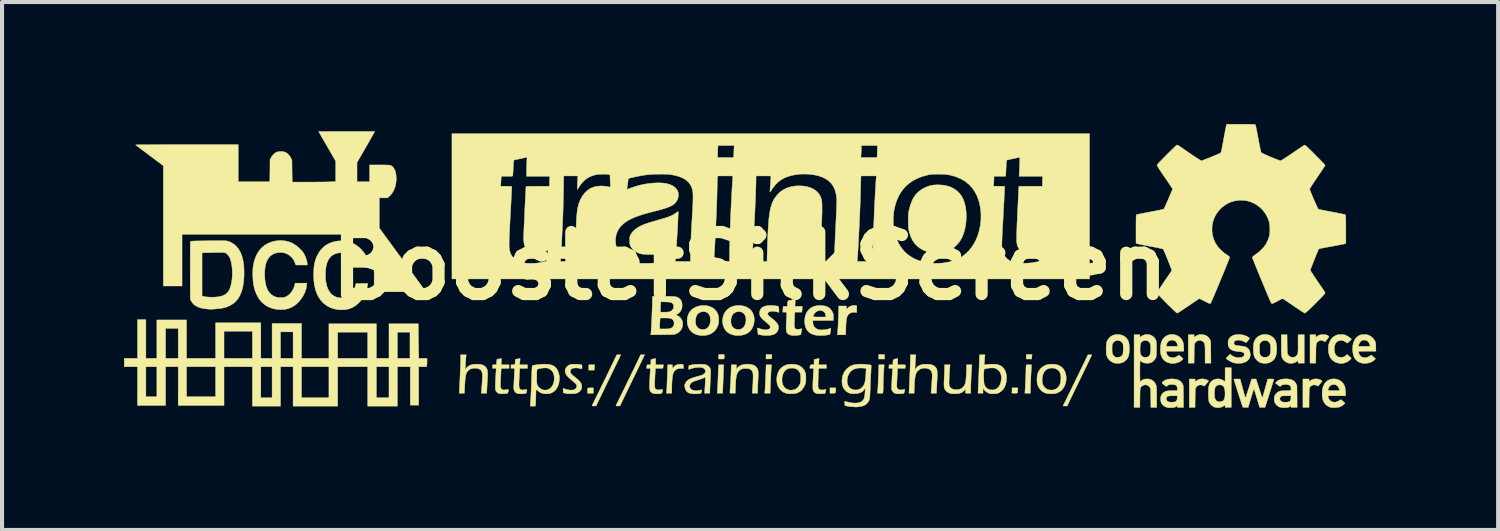
<source format=kicad_pcb>
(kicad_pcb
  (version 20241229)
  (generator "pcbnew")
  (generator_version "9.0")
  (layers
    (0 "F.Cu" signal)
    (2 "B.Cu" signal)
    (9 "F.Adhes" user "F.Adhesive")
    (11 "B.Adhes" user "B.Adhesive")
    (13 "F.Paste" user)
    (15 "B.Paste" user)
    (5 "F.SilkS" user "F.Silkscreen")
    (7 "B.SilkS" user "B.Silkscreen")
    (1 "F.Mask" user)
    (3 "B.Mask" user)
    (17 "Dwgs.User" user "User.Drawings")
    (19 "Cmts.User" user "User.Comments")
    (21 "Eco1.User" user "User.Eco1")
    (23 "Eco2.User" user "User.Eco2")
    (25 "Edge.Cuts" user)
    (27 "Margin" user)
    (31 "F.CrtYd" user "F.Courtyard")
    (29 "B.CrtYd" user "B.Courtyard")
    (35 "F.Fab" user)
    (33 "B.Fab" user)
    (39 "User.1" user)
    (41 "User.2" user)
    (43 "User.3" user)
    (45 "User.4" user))
  (footprint "BoosterSilkScreen"
    (layer "F.Cu")
    (at 15.388 3.49)
    (property "Reference" "BoosterSilkScreen" (at 0 0 0) (layer "F.SilkS") (effects (font (size 1.524 1.524) (thickness 0.3))))
    (attr through_hole)
    (fp_poly (pts (xy 3.239 2.176) (xy 3.31 2.177) (xy 3.31 2.286) (xy 3.167 2.286) (xy 3.167 2.176) (xy 3.239 2.176)) (stroke (width 0.01) (type solid)) (fill yes) (layer "F.SilkS"))
    (fp_poly (pts (xy 0.54 2.177) (xy 0.538 2.229) (xy 0.536 2.282) (xy 0.466 2.284) (xy 0.397 2.287) (xy 0.397 2.176) (xy 0.54 2.177)) (stroke (width 0.01) (type solid)) (fill yes) (layer "F.SilkS"))
    (fp_poly (pts (xy -3.821 2.471) (xy -3.824 2.5) (xy -3.826 2.527) (xy -3.826 2.536) (xy -3.826 2.561) (xy -3.961 2.561) (xy -3.961 2.429) (xy -3.816 2.429) (xy -3.821 2.471)) (stroke (width 0.01) (type solid)) (fill yes) (layer "F.SilkS"))
    (fp_poly (pts (xy 6.934 2.205) (xy 6.931 2.233) (xy 6.93 2.26) (xy 6.93 2.26) (xy 6.929 2.286) (xy 6.795 2.286) (xy 6.795 2.177) (xy 6.939 2.176) (xy 6.934 2.205)) (stroke (width 0.01) (type solid)) (fill yes) (layer "F.SilkS"))
    (fp_poly (pts (xy -0.641 2.178) (xy -0.63 2.185) (xy -0.627 2.2) (xy -0.629 2.226) (xy -0.632 2.249) (xy -0.637 2.286) (xy -0.77 2.286) (xy -0.77 2.177) (xy -0.699 2.176) (xy -0.663 2.176) (xy -0.641 2.178)) (stroke (width 0.01) (type solid)) (fill yes) (layer "F.SilkS"))
    (fp_poly (pts (xy 2.111 2.996) (xy 2.111 3.044) (xy 2.111 3.081) (xy 2.108 3.105) (xy 2.1 3.119) (xy 2.085 3.125) (xy 2.059 3.127) (xy 2.035 3.127) (xy 1.968 3.127) (xy 1.968 2.996) (xy 2.111 2.996)) (stroke (width 0.01) (type solid)) (fill yes) (layer "F.SilkS"))
    (fp_poly (pts (xy -3.85 3.062) (xy -3.85 3.127) (xy -3.993 3.127) (xy -3.992 3.07) (xy -3.992 3.04) (xy -3.99 3.017) (xy -3.987 3.005) (xy -3.986 3.004) (xy -3.976 3.001) (xy -3.954 2.998) (xy -3.925 2.996) (xy -3.915 2.996) (xy -3.85 2.996) (xy -3.85 3.062)) (stroke (width 0.01) (type solid)) (fill yes) (layer "F.SilkS"))
    (fp_poly (pts (xy 6.585 3.043) (xy 6.582 3.072) (xy 6.581 3.097) (xy 6.58 3.109) (xy 6.579 3.117) (xy 6.575 3.123) (xy 6.565 3.126) (xy 6.545 3.127) (xy 6.512 3.127) (xy 6.508 3.127) (xy 6.474 3.127) (xy 6.453 3.126) (xy 6.442 3.123) (xy 6.44 3.118) (xy 6.44 3.115) (xy 6.443 3.101) (xy 6.445 3.076) (xy 6.445 3.049) (xy 6.445 2.996) (xy 6.59 2.996) (xy 6.585 3.043)) (stroke (width 0.01) (type solid)) (fill yes) (layer "F.SilkS"))
    (fp_poly (pts (xy -0.645 2.514) (xy -0.647 2.543) (xy -0.649 2.586) (xy -0.651 2.639) (xy -0.654 2.699) (xy -0.656 2.765) (xy -0.659 2.833) (xy -0.66 2.863) (xy -0.67 3.127) (xy -0.804 3.127) (xy -0.799 3.078) (xy -0.798 3.056) (xy -0.796 3.022) (xy -0.793 2.977) (xy -0.791 2.924) (xy -0.788 2.866) (xy -0.786 2.81) (xy -0.783 2.747) (xy -0.781 2.685) (xy -0.778 2.627) (xy -0.776 2.576) (xy -0.774 2.535) (xy -0.773 2.51) (xy -0.768 2.429) (xy -0.641 2.429) (xy -0.645 2.514)) (stroke (width 0.01) (type solid)) (fill yes) (layer "F.SilkS"))
    (fp_poly (pts (xy 0.528 2.455) (xy 0.527 2.471) (xy 0.524 2.502) (xy 0.522 2.545) (xy 0.519 2.598) (xy 0.516 2.659) (xy 0.513 2.727) (xy 0.51 2.799) (xy 0.507 2.874) (xy 0.504 2.95) (xy 0.503 2.979) (xy 0.498 3.127) (xy 0.363 3.127) (xy 0.368 3.086) (xy 0.37 3.063) (xy 0.373 3.026) (xy 0.375 2.975) (xy 0.379 2.914) (xy 0.382 2.843) (xy 0.386 2.763) (xy 0.389 2.676) (xy 0.393 2.584) (xy 0.394 2.566) (xy 0.399 2.429) (xy 0.533 2.429) (xy 0.528 2.455)) (stroke (width 0.01) (type solid)) (fill yes) (layer "F.SilkS"))
    (fp_poly (pts (xy 6.918 2.522) (xy 6.914 2.606) (xy 6.91 2.69) (xy 6.906 2.773) (xy 6.903 2.85) (xy 6.9 2.92) (xy 6.899 2.98) (xy 6.898 3.028) (xy 6.898 3.034) (xy 6.898 3.127) (xy 6.761 3.127) (xy 6.766 3.054) (xy 6.77 2.992) (xy 6.774 2.923) (xy 6.777 2.85) (xy 6.781 2.777) (xy 6.783 2.708) (xy 6.785 2.646) (xy 6.786 2.594) (xy 6.786 2.575) (xy 6.787 2.535) (xy 6.788 2.498) (xy 6.79 2.47) (xy 6.792 2.454) (xy 6.796 2.429) (xy 6.924 2.429) (xy 6.918 2.522)) (stroke (width 0.01) (type solid)) (fill yes) (layer "F.SilkS"))
    (fp_poly (pts (xy 3.298 2.482) (xy 3.294 2.536) (xy 3.29 2.601) (xy 3.287 2.672) (xy 3.283 2.746) (xy 3.281 2.818) (xy 3.279 2.883) (xy 3.278 2.937) (xy 3.278 2.942) (xy 3.278 2.986) (xy 3.277 3.028) (xy 3.275 3.063) (xy 3.274 3.087) (xy 3.273 3.091) (xy 3.268 3.127) (xy 3.135 3.127) (xy 3.139 3.098) (xy 3.141 3.076) (xy 3.144 3.042) (xy 3.147 2.995) (xy 3.15 2.94) (xy 3.153 2.877) (xy 3.156 2.809) (xy 3.159 2.739) (xy 3.162 2.668) (xy 3.164 2.598) (xy 3.164 2.598) (xy 3.17 2.429) (xy 3.303 2.429) (xy 3.298 2.482)) (stroke (width 0.01) (type solid)) (fill yes) (layer "F.SilkS"))
    (fp_poly (pts (xy 11.175 2.78) (xy 11.229 2.798) (xy 11.245 2.806) (xy 11.28 2.827) (xy 11.264 2.848) (xy 11.25 2.865) (xy 11.231 2.888) (xy 11.21 2.912) (xy 11.172 2.955) (xy 11.14 2.938) (xy 11.099 2.924) (xy 11.057 2.924) (xy 11.018 2.938) (xy 10.985 2.965) (xy 10.969 2.986) (xy 10.963 2.997) (xy 10.959 3.007) (xy 10.956 3.019) (xy 10.953 3.034) (xy 10.951 3.056) (xy 10.95 3.085) (xy 10.949 3.123) (xy 10.948 3.174) (xy 10.947 3.238) (xy 10.947 3.248) (xy 10.945 3.477) (xy 10.803 3.477) (xy 10.803 2.778) (xy 10.946 2.778) (xy 10.946 2.853) (xy 10.968 2.832) (xy 11.012 2.801) (xy 11.063 2.782) (xy 11.119 2.775) (xy 11.175 2.78)) (stroke (width 0.01) (type solid)) (fill yes) (layer "F.SilkS"))
    (fp_poly (pts (xy 2.599 0.972) (xy 2.627 0.977) (xy 2.627 1.144) (xy 2.582 1.139) (xy 2.525 1.139) (xy 2.477 1.152) (xy 2.44 1.176) (xy 2.42 1.196) (xy 2.404 1.218) (xy 2.391 1.244) (xy 2.381 1.276) (xy 2.373 1.316) (xy 2.367 1.366) (xy 2.363 1.427) (xy 2.36 1.502) (xy 2.36 1.522) (xy 2.355 1.691) (xy 2.151 1.691) (xy 2.155 1.657) (xy 2.158 1.626) (xy 2.161 1.581) (xy 2.164 1.525) (xy 2.168 1.462) (xy 2.171 1.393) (xy 2.174 1.321) (xy 2.177 1.248) (xy 2.179 1.178) (xy 2.18 1.169) (xy 2.185 0.984) (xy 2.373 0.984) (xy 2.373 1.066) (xy 2.402 1.037) (xy 2.445 1.002) (xy 2.496 0.979) (xy 2.55 0.969) (xy 2.599 0.972)) (stroke (width 0.01) (type solid)) (fill yes) (layer "F.SilkS"))
    (fp_poly (pts (xy 13.988 2.784) (xy 14.038 2.805) (xy 14.059 2.819) (xy 14.065 2.823) (xy 14.067 2.828) (xy 14.066 2.835) (xy 14.059 2.846) (xy 14.046 2.863) (xy 14.026 2.888) (xy 13.996 2.923) (xy 13.991 2.93) (xy 13.969 2.955) (xy 13.933 2.937) (xy 13.889 2.923) (xy 13.847 2.925) (xy 13.808 2.941) (xy 13.774 2.972) (xy 13.768 2.98) (xy 13.763 2.987) (xy 13.76 2.995) (xy 13.757 3.006) (xy 13.755 3.022) (xy 13.753 3.045) (xy 13.752 3.077) (xy 13.751 3.119) (xy 13.75 3.173) (xy 13.749 3.239) (xy 13.747 3.477) (xy 13.597 3.477) (xy 13.597 2.778) (xy 13.748 2.778) (xy 13.748 2.842) (xy 13.774 2.822) (xy 13.822 2.795) (xy 13.877 2.779) (xy 13.933 2.775) (xy 13.988 2.784)) (stroke (width 0.01) (type solid)) (fill yes) (layer "F.SilkS"))
    (fp_poly (pts (xy -1.655 2.416) (xy -1.642 2.424) (xy -1.637 2.441) (xy -1.635 2.47) (xy -1.635 2.486) (xy -1.635 2.523) (xy -1.691 2.519) (xy -1.748 2.52) (xy -1.796 2.535) (xy -1.836 2.563) (xy -1.869 2.605) (xy -1.888 2.647) (xy -1.897 2.68) (xy -1.905 2.727) (xy -1.911 2.786) (xy -1.916 2.854) (xy -1.919 2.931) (xy -1.921 3.014) (xy -1.921 3.022) (xy -1.921 3.127) (xy -2.05 3.127) (xy -2.045 3.05) (xy -2.044 3.023) (xy -2.042 2.983) (xy -2.04 2.932) (xy -2.037 2.873) (xy -2.035 2.808) (xy -2.032 2.741) (xy -2.031 2.701) (xy -2.021 2.429) (xy -1.905 2.429) (xy -1.905 2.519) (xy -1.876 2.486) (xy -1.845 2.455) (xy -1.811 2.434) (xy -1.77 2.421) (xy -1.718 2.415) (xy -1.714 2.415) (xy -1.678 2.413) (xy -1.655 2.416)) (stroke (width 0.01) (type solid)) (fill yes) (layer "F.SilkS"))
    (fp_poly (pts (xy 14.131 1.688) (xy 14.158 1.691) (xy 14.18 1.696) (xy 14.199 1.705) (xy 14.22 1.718) (xy 14.234 1.73) (xy 14.237 1.734) (xy 14.234 1.745) (xy 14.222 1.765) (xy 14.202 1.792) (xy 14.191 1.805) (xy 14.141 1.864) (xy 14.105 1.845) (xy 14.081 1.833) (xy 14.06 1.827) (xy 14.053 1.826) (xy 14.022 1.831) (xy 13.989 1.844) (xy 13.963 1.86) (xy 13.951 1.872) (xy 13.941 1.883) (xy 13.934 1.896) (xy 13.928 1.913) (xy 13.924 1.935) (xy 13.921 1.964) (xy 13.919 2.002) (xy 13.917 2.052) (xy 13.916 2.114) (xy 13.916 2.157) (xy 13.913 2.389) (xy 13.772 2.389) (xy 13.772 1.691) (xy 13.914 1.691) (xy 13.914 1.757) (xy 13.932 1.74) (xy 13.968 1.714) (xy 14.007 1.697) (xy 14.055 1.688) (xy 14.093 1.687) (xy 14.131 1.688)) (stroke (width 0.01) (type solid)) (fill yes) (layer "F.SilkS"))
    (fp_poly (pts (xy 11.12 1.685) (xy 11.18 1.696) (xy 11.233 1.721) (xy 11.277 1.758) (xy 11.311 1.806) (xy 11.311 1.807) (xy 11.316 1.818) (xy 11.321 1.828) (xy 11.324 1.839) (xy 11.327 1.854) (xy 11.329 1.873) (xy 11.33 1.9) (xy 11.331 1.934) (xy 11.332 1.98) (xy 11.332 2.037) (xy 11.333 2.108) (xy 11.333 2.117) (xy 11.335 2.389) (xy 11.192 2.389) (xy 11.192 2.165) (xy 11.191 2.093) (xy 11.191 2.034) (xy 11.189 1.988) (xy 11.186 1.952) (xy 11.182 1.925) (xy 11.176 1.904) (xy 11.168 1.887) (xy 11.157 1.874) (xy 11.143 1.861) (xy 11.138 1.856) (xy 11.103 1.836) (xy 11.063 1.829) (xy 11.023 1.834) (xy 10.986 1.85) (xy 10.956 1.877) (xy 10.939 1.904) (xy 10.935 1.915) (xy 10.932 1.931) (xy 10.93 1.952) (xy 10.928 1.981) (xy 10.926 2.02) (xy 10.925 2.07) (xy 10.924 2.134) (xy 10.924 2.161) (xy 10.921 2.389) (xy 10.779 2.389) (xy 10.779 1.691) (xy 10.922 1.691) (xy 10.922 1.753) (xy 10.962 1.726) (xy 11.009 1.7) (xy 11.056 1.686) (xy 11.109 1.684) (xy 11.12 1.685)) (stroke (width 0.01) (type solid)) (fill yes) (layer "F.SilkS"))
    (fp_poly (pts (xy 13.209 1.919) (xy 13.21 1.985) (xy 13.211 2.037) (xy 13.212 2.078) (xy 13.213 2.108) (xy 13.215 2.131) (xy 13.217 2.147) (xy 13.221 2.159) (xy 13.225 2.169) (xy 13.23 2.179) (xy 13.231 2.18) (xy 13.259 2.215) (xy 13.297 2.237) (xy 13.342 2.246) (xy 13.349 2.246) (xy 13.392 2.239) (xy 13.427 2.219) (xy 13.455 2.184) (xy 13.46 2.175) (xy 13.465 2.164) (xy 13.469 2.153) (xy 13.472 2.14) (xy 13.475 2.123) (xy 13.476 2.1) (xy 13.477 2.069) (xy 13.478 2.027) (xy 13.478 1.974) (xy 13.478 1.915) (xy 13.478 1.691) (xy 13.629 1.691) (xy 13.629 2.389) (xy 13.478 2.389) (xy 13.478 2.327) (xy 13.438 2.353) (xy 13.383 2.382) (xy 13.325 2.395) (xy 13.265 2.392) (xy 13.226 2.382) (xy 13.174 2.357) (xy 13.131 2.323) (xy 13.107 2.294) (xy 13.096 2.277) (xy 13.087 2.259) (xy 13.08 2.239) (xy 13.075 2.216) (xy 13.071 2.186) (xy 13.068 2.148) (xy 13.066 2.101) (xy 13.065 2.043) (xy 13.065 1.971) (xy 13.065 1.939) (xy 13.065 1.691) (xy 13.207 1.691) (xy 13.209 1.919)) (stroke (width 0.01) (type solid)) (fill yes) (layer "F.SilkS"))
    (fp_poly (pts (xy -2.623 2.256) (xy -2.632 2.275) (xy -2.647 2.307) (xy -2.668 2.351) (xy -2.694 2.405) (xy -2.725 2.468) (xy -2.759 2.539) (xy -2.797 2.617) (xy -2.837 2.699) (xy -2.879 2.786) (xy -2.922 2.875) (xy -2.924 2.879) (xy -2.966 2.966) (xy -3.007 3.05) (xy -3.044 3.128) (xy -3.079 3.2) (xy -3.11 3.264) (xy -3.137 3.32) (xy -3.159 3.366) (xy -3.175 3.401) (xy -3.186 3.425) (xy -3.191 3.435) (xy -3.191 3.436) (xy -3.198 3.439) (xy -3.217 3.442) (xy -3.242 3.443) (xy -3.269 3.442) (xy -3.287 3.439) (xy -3.294 3.436) (xy -3.291 3.427) (xy -3.281 3.406) (xy -3.266 3.375) (xy -3.247 3.336) (xy -3.225 3.29) (xy -3.206 3.252) (xy -3.184 3.209) (xy -3.159 3.157) (xy -3.129 3.097) (xy -3.096 3.031) (xy -3.061 2.959) (xy -3.025 2.884) (xy -2.987 2.806) (xy -2.949 2.728) (xy -2.911 2.65) (xy -2.874 2.574) (xy -2.839 2.502) (xy -2.807 2.434) (xy -2.777 2.373) (xy -2.751 2.32) (xy -2.73 2.275) (xy -2.714 2.241) (xy -2.704 2.22) (xy -2.701 2.213) (xy -2.689 2.183) (xy -2.588 2.183) (xy -2.623 2.256)) (stroke (width 0.01) (type solid)) (fill yes) (layer "F.SilkS"))
    (fp_poly (pts (xy 8.383 2.183) (xy 8.4 2.185) (xy 8.406 2.187) (xy 8.402 2.195) (xy 8.393 2.215) (xy 8.377 2.248) (xy 8.356 2.292) (xy 8.33 2.346) (xy 8.3 2.408) (xy 8.266 2.478) (xy 8.229 2.555) (xy 8.189 2.637) (xy 8.147 2.724) (xy 8.139 2.741) (xy 8.096 2.83) (xy 8.053 2.917) (xy 8.013 3) (xy 7.975 3.078) (xy 7.941 3.15) (xy 7.91 3.214) (xy 7.883 3.269) (xy 7.862 3.313) (xy 7.846 3.346) (xy 7.837 3.366) (xy 7.837 3.367) (xy 7.801 3.443) (xy 7.75 3.443) (xy 7.724 3.443) (xy 7.706 3.442) (xy 7.699 3.44) (xy 7.703 3.432) (xy 7.712 3.413) (xy 7.727 3.383) (xy 7.745 3.345) (xy 7.767 3.302) (xy 7.774 3.288) (xy 7.792 3.252) (xy 7.815 3.204) (xy 7.843 3.147) (xy 7.875 3.082) (xy 7.91 3.011) (xy 7.947 2.935) (xy 7.986 2.856) (xy 8.025 2.775) (xy 8.064 2.695) (xy 8.103 2.616) (xy 8.139 2.54) (xy 8.174 2.469) (xy 8.205 2.405) (xy 8.232 2.349) (xy 8.254 2.302) (xy 8.271 2.267) (xy 8.28 2.248) (xy 8.31 2.183) (xy 8.358 2.183) (xy 8.383 2.183)) (stroke (width 0.01) (type solid)) (fill yes) (layer "F.SilkS"))
    (fp_poly (pts (xy -3.194 2.224) (xy -3.2 2.238) (xy -3.213 2.265) (xy -3.232 2.303) (xy -3.256 2.353) (xy -3.284 2.412) (xy -3.317 2.479) (xy -3.353 2.554) (xy -3.392 2.634) (xy -3.433 2.72) (xy -3.477 2.809) (xy -3.491 2.838) (xy -3.534 2.927) (xy -3.575 3.013) (xy -3.614 3.093) (xy -3.65 3.168) (xy -3.683 3.235) (xy -3.711 3.294) (xy -3.735 3.343) (xy -3.753 3.382) (xy -3.766 3.41) (xy -3.773 3.424) (xy -3.773 3.426) (xy -3.778 3.435) (xy -3.787 3.44) (xy -3.805 3.442) (xy -3.83 3.443) (xy -3.856 3.442) (xy -3.875 3.439) (xy -3.881 3.436) (xy -3.878 3.427) (xy -3.868 3.406) (xy -3.853 3.375) (xy -3.834 3.335) (xy -3.811 3.289) (xy -3.786 3.238) (xy -3.785 3.237) (xy -3.762 3.189) (xy -3.734 3.133) (xy -3.702 3.069) (xy -3.669 3) (xy -3.633 2.927) (xy -3.595 2.851) (xy -3.557 2.773) (xy -3.519 2.694) (xy -3.482 2.617) (xy -3.446 2.543) (xy -3.412 2.472) (xy -3.38 2.407) (xy -3.352 2.348) (xy -3.328 2.297) (xy -3.308 2.255) (xy -3.293 2.225) (xy -3.285 2.206) (xy -3.283 2.201) (xy -3.278 2.191) (xy -3.269 2.186) (xy -3.252 2.183) (xy -3.226 2.183) (xy -3.175 2.183) (xy -3.194 2.224)) (stroke (width 0.01) (type solid)) (fill yes) (layer "F.SilkS"))
    (fp_poly (pts (xy -6.111 2.274) (xy -6.109 2.283) (xy -6.108 2.303) (xy -6.109 2.336) (xy -6.11 2.349) (xy -6.114 2.429) (xy -5.921 2.429) (xy -5.921 2.516) (xy -6.019 2.518) (xy -6.116 2.52) (xy -6.126 2.734) (xy -6.129 2.793) (xy -6.131 2.847) (xy -6.132 2.895) (xy -6.133 2.934) (xy -6.133 2.962) (xy -6.132 2.976) (xy -6.123 2.999) (xy -6.107 3.023) (xy -6.103 3.026) (xy -6.09 3.039) (xy -6.078 3.045) (xy -6.062 3.048) (xy -6.038 3.047) (xy -6.022 3.046) (xy -5.992 3.043) (xy -5.966 3.04) (xy -5.95 3.036) (xy -5.95 3.036) (xy -5.942 3.034) (xy -5.938 3.038) (xy -5.939 3.053) (xy -5.941 3.073) (xy -5.945 3.099) (xy -5.952 3.117) (xy -5.963 3.129) (xy -5.982 3.136) (xy -6.011 3.139) (xy -6.053 3.141) (xy -6.059 3.141) (xy -6.097 3.141) (xy -6.133 3.14) (xy -6.16 3.137) (xy -6.173 3.135) (xy -6.205 3.118) (xy -6.233 3.09) (xy -6.252 3.056) (xy -6.255 3.046) (xy -6.258 3.024) (xy -6.26 2.988) (xy -6.259 2.937) (xy -6.257 2.872) (xy -6.254 2.793) (xy -6.249 2.701) (xy -6.242 2.597) (xy -6.242 2.59) (xy -6.237 2.516) (xy -6.326 2.516) (xy -6.326 2.429) (xy -6.232 2.429) (xy -6.227 2.362) (xy -6.221 2.296) (xy -6.174 2.286) (xy -6.147 2.281) (xy -6.125 2.276) (xy -6.116 2.273) (xy -6.111 2.274)) (stroke (width 0.01) (type solid)) (fill yes) (layer "F.SilkS"))
    (fp_poly (pts (xy -1.081 0.973) (xy -1.007 0.988) (xy -0.941 1.015) (xy -0.883 1.052) (xy -0.856 1.077) (xy -0.819 1.122) (xy -0.793 1.17) (xy -0.775 1.228) (xy -0.773 1.237) (xy -0.764 1.315) (xy -0.768 1.39) (xy -0.785 1.46) (xy -0.814 1.525) (xy -0.854 1.583) (xy -0.903 1.631) (xy -0.962 1.668) (xy -1.028 1.693) (xy -1.044 1.697) (xy -1.124 1.708) (xy -1.204 1.708) (xy -1.232 1.706) (xy -1.309 1.689) (xy -1.377 1.66) (xy -1.434 1.619) (xy -1.48 1.568) (xy -1.513 1.507) (xy -1.535 1.437) (xy -1.543 1.358) (xy -1.543 1.349) (xy -1.543 1.346) (xy -1.339 1.346) (xy -1.337 1.399) (xy -1.327 1.446) (xy -1.319 1.466) (xy -1.288 1.51) (xy -1.249 1.541) (xy -1.202 1.559) (xy -1.149 1.563) (xy -1.101 1.555) (xy -1.059 1.536) (xy -1.024 1.503) (xy -0.997 1.459) (xy -0.979 1.405) (xy -0.97 1.349) (xy -0.972 1.285) (xy -0.984 1.23) (xy -1.007 1.185) (xy -1.04 1.152) (xy -1.083 1.13) (xy -1.091 1.127) (xy -1.14 1.121) (xy -1.19 1.127) (xy -1.236 1.144) (xy -1.276 1.171) (xy -1.298 1.197) (xy -1.319 1.24) (xy -1.333 1.291) (xy -1.339 1.346) (xy -1.543 1.346) (xy -1.536 1.268) (xy -1.516 1.195) (xy -1.483 1.132) (xy -1.438 1.078) (xy -1.38 1.034) (xy -1.312 1.001) (xy -1.238 0.98) (xy -1.158 0.97) (xy -1.081 0.973)) (stroke (width 0.01) (type solid)) (fill yes) (layer "F.SilkS"))
    (fp_poly (pts (xy -0.179 0.979) (xy -0.109 0.998) (xy -0.047 1.028) (xy 0.007 1.068) (xy 0.023 1.084) (xy 0.061 1.137) (xy 0.088 1.199) (xy 0.104 1.265) (xy 0.107 1.334) (xy 0.1 1.404) (xy 0.082 1.471) (xy 0.054 1.533) (xy 0.015 1.589) (xy -0.033 1.634) (xy -0.051 1.647) (xy -0.11 1.677) (xy -0.178 1.697) (xy -0.252 1.708) (xy -0.328 1.709) (xy -0.359 1.706) (xy -0.437 1.689) (xy -0.505 1.661) (xy -0.561 1.621) (xy -0.607 1.57) (xy -0.641 1.508) (xy -0.663 1.436) (xy -0.668 1.41) (xy -0.673 1.335) (xy -0.672 1.331) (xy -0.467 1.331) (xy -0.466 1.397) (xy -0.453 1.452) (xy -0.43 1.496) (xy -0.394 1.53) (xy -0.372 1.543) (xy -0.321 1.56) (xy -0.269 1.562) (xy -0.227 1.554) (xy -0.187 1.534) (xy -0.153 1.502) (xy -0.126 1.459) (xy -0.107 1.409) (xy -0.097 1.353) (xy -0.098 1.295) (xy -0.103 1.261) (xy -0.12 1.21) (xy -0.149 1.169) (xy -0.187 1.14) (xy -0.233 1.124) (xy -0.286 1.121) (xy -0.286 1.121) (xy -0.342 1.133) (xy -0.387 1.157) (xy -0.423 1.194) (xy -0.449 1.242) (xy -0.464 1.301) (xy -0.467 1.331) (xy -0.672 1.331) (xy -0.663 1.261) (xy -0.641 1.192) (xy -0.607 1.13) (xy -0.562 1.076) (xy -0.507 1.032) (xy -0.472 1.012) (xy -0.401 0.986) (xy -0.327 0.972) (xy -0.252 0.97) (xy -0.179 0.979)) (stroke (width 0.01) (type solid)) (fill yes) (layer "F.SilkS"))
    (fp_poly (pts (xy 1.697 2.35) (xy 1.692 2.429) (xy 1.881 2.429) (xy 1.881 2.516) (xy 1.693 2.516) (xy 1.688 2.57) (xy 1.686 2.594) (xy 1.684 2.63) (xy 1.682 2.676) (xy 1.68 2.729) (xy 1.678 2.784) (xy 1.678 2.802) (xy 1.676 2.861) (xy 1.675 2.906) (xy 1.675 2.94) (xy 1.676 2.964) (xy 1.678 2.982) (xy 1.681 2.995) (xy 1.685 3.005) (xy 1.686 3.007) (xy 1.7 3.026) (xy 1.718 3.04) (xy 1.719 3.04) (xy 1.75 3.047) (xy 1.788 3.047) (xy 1.827 3.042) (xy 1.836 3.039) (xy 1.856 3.035) (xy 1.868 3.033) (xy 1.869 3.034) (xy 1.869 3.042) (xy 1.866 3.062) (xy 1.862 3.084) (xy 1.856 3.11) (xy 1.85 3.125) (xy 1.841 3.133) (xy 1.829 3.136) (xy 1.805 3.139) (xy 1.772 3.141) (xy 1.734 3.142) (xy 1.695 3.141) (xy 1.662 3.139) (xy 1.637 3.135) (xy 1.631 3.134) (xy 1.594 3.113) (xy 1.566 3.08) (xy 1.558 3.064) (xy 1.553 3.049) (xy 1.55 3.026) (xy 1.548 2.995) (xy 1.548 2.955) (xy 1.548 2.904) (xy 1.55 2.841) (xy 1.554 2.765) (xy 1.558 2.685) (xy 1.568 2.516) (xy 1.522 2.516) (xy 1.476 2.516) (xy 1.476 2.49) (xy 1.478 2.46) (xy 1.484 2.441) (xy 1.497 2.432) (xy 1.521 2.428) (xy 1.531 2.427) (xy 1.576 2.425) (xy 1.578 2.361) (xy 1.58 2.297) (xy 1.64 2.285) (xy 1.701 2.272) (xy 1.697 2.35)) (stroke (width 0.01) (type solid)) (fill yes) (layer "F.SilkS"))
    (fp_poly (pts (xy 4.737 -1.99) (xy 4.842 -1.971) (xy 4.936 -1.941) (xy 5.021 -1.898) (xy 5.096 -1.844) (xy 5.161 -1.778) (xy 5.214 -1.701) (xy 5.25 -1.629) (xy 5.282 -1.537) (xy 5.304 -1.436) (xy 5.317 -1.33) (xy 5.321 -1.219) (xy 5.316 -1.107) (xy 5.303 -0.996) (xy 5.281 -0.889) (xy 5.251 -0.788) (xy 5.213 -0.696) (xy 5.168 -0.616) (xy 5.165 -0.611) (xy 5.136 -0.574) (xy 5.099 -0.533) (xy 5.059 -0.492) (xy 5.019 -0.457) (xy 4.99 -0.435) (xy 4.925 -0.398) (xy 4.85 -0.366) (xy 4.771 -0.343) (xy 4.692 -0.33) (xy 4.683 -0.329) (xy 4.651 -0.326) (xy 4.621 -0.324) (xy 4.604 -0.322) (xy 4.583 -0.322) (xy 4.552 -0.323) (xy 4.517 -0.325) (xy 4.505 -0.326) (xy 4.429 -0.335) (xy 4.362 -0.351) (xy 4.295 -0.376) (xy 4.258 -0.393) (xy 4.178 -0.439) (xy 4.109 -0.493) (xy 4.049 -0.557) (xy 3.999 -0.631) (xy 3.957 -0.717) (xy 3.923 -0.816) (xy 3.904 -0.893) (xy 3.899 -0.924) (xy 3.896 -0.971) (xy 3.894 -1.034) (xy 3.893 -1.112) (xy 3.893 -1.115) (xy 3.894 -1.175) (xy 3.894 -1.223) (xy 3.896 -1.261) (xy 3.898 -1.292) (xy 3.902 -1.32) (xy 3.907 -1.348) (xy 3.912 -1.372) (xy 3.942 -1.486) (xy 3.978 -1.586) (xy 4.021 -1.673) (xy 4.072 -1.749) (xy 4.131 -1.813) (xy 4.199 -1.868) (xy 4.277 -1.915) (xy 4.298 -1.925) (xy 4.368 -1.955) (xy 4.435 -1.976) (xy 4.504 -1.989) (xy 4.579 -1.995) (xy 4.624 -1.996) (xy 4.737 -1.99)) (stroke (width 0.01) (type solid)) (fill yes) (layer "F.SilkS"))
    (fp_poly (pts (xy -2.318 2.429) (xy -2.125 2.429) (xy -2.13 2.454) (xy -2.134 2.478) (xy -2.135 2.497) (xy -2.136 2.505) (xy -2.139 2.511) (xy -2.147 2.514) (xy -2.164 2.516) (xy -2.191 2.516) (xy -2.229 2.516) (xy -2.323 2.516) (xy -2.328 2.602) (xy -2.33 2.639) (xy -2.333 2.687) (xy -2.335 2.742) (xy -2.337 2.798) (xy -2.339 2.834) (xy -2.34 2.894) (xy -2.341 2.94) (xy -2.338 2.974) (xy -2.334 2.999) (xy -2.326 3.016) (xy -2.315 3.028) (xy -2.3 3.037) (xy -2.294 3.04) (xy -2.27 3.045) (xy -2.237 3.046) (xy -2.2 3.043) (xy -2.166 3.037) (xy -2.161 3.035) (xy -2.15 3.033) (xy -2.145 3.038) (xy -2.146 3.052) (xy -2.148 3.065) (xy -2.153 3.093) (xy -2.16 3.114) (xy -2.171 3.128) (xy -2.189 3.137) (xy -2.216 3.141) (xy -2.254 3.143) (xy -2.294 3.143) (xy -2.332 3.142) (xy -2.36 3.139) (xy -2.383 3.132) (xy -2.397 3.125) (xy -2.428 3.105) (xy -2.45 3.079) (xy -2.462 3.044) (xy -2.468 2.998) (xy -2.468 2.976) (xy -2.468 2.944) (xy -2.467 2.899) (xy -2.465 2.846) (xy -2.462 2.788) (xy -2.459 2.728) (xy -2.456 2.67) (xy -2.453 2.618) (xy -2.449 2.576) (xy -2.449 2.566) (xy -2.444 2.516) (xy -2.542 2.516) (xy -2.537 2.491) (xy -2.533 2.467) (xy -2.532 2.448) (xy -2.531 2.437) (xy -2.525 2.432) (xy -2.51 2.429) (xy -2.485 2.429) (xy -2.437 2.429) (xy -2.435 2.364) (xy -2.433 2.298) (xy -2.318 2.272) (xy -2.318 2.429)) (stroke (width 0.01) (type solid)) (fill yes) (layer "F.SilkS"))
    (fp_poly (pts (xy 10.437 1.688) (xy 10.496 1.706) (xy 10.549 1.735) (xy 10.582 1.764) (xy 10.616 1.805) (xy 10.641 1.85) (xy 10.657 1.902) (xy 10.666 1.963) (xy 10.668 2.025) (xy 10.668 2.095) (xy 10.239 2.095) (xy 10.239 2.116) (xy 10.244 2.142) (xy 10.255 2.173) (xy 10.271 2.201) (xy 10.277 2.209) (xy 10.304 2.23) (xy 10.341 2.245) (xy 10.381 2.253) (xy 10.396 2.254) (xy 10.45 2.247) (xy 10.499 2.226) (xy 10.523 2.21) (xy 10.549 2.19) (xy 10.599 2.231) (xy 10.622 2.251) (xy 10.64 2.267) (xy 10.65 2.278) (xy 10.651 2.279) (xy 10.647 2.289) (xy 10.633 2.305) (xy 10.612 2.324) (xy 10.587 2.342) (xy 10.568 2.354) (xy 10.529 2.372) (xy 10.48 2.385) (xy 10.428 2.393) (xy 10.378 2.396) (xy 10.339 2.392) (xy 10.27 2.372) (xy 10.215 2.343) (xy 10.17 2.303) (xy 10.135 2.253) (xy 10.112 2.199) (xy 10.103 2.17) (xy 10.098 2.141) (xy 10.095 2.107) (xy 10.093 2.063) (xy 10.093 2.056) (xy 10.097 1.976) (xy 10.239 1.976) (xy 10.517 1.976) (xy 10.517 1.954) (xy 10.511 1.925) (xy 10.497 1.893) (xy 10.476 1.864) (xy 10.456 1.844) (xy 10.414 1.826) (xy 10.37 1.821) (xy 10.326 1.831) (xy 10.291 1.851) (xy 10.27 1.874) (xy 10.252 1.906) (xy 10.241 1.939) (xy 10.24 1.955) (xy 10.239 1.976) (xy 10.097 1.976) (xy 10.097 1.972) (xy 10.108 1.901) (xy 10.129 1.841) (xy 10.159 1.79) (xy 10.199 1.747) (xy 10.206 1.741) (xy 10.257 1.709) (xy 10.315 1.689) (xy 10.376 1.683) (xy 10.437 1.688)) (stroke (width 0.01) (type solid)) (fill yes) (layer "F.SilkS"))
    (fp_poly (pts (xy 14.572 1.687) (xy 14.6 1.689) (xy 14.622 1.693) (xy 14.642 1.7) (xy 14.666 1.711) (xy 14.67 1.713) (xy 14.702 1.731) (xy 14.735 1.752) (xy 14.757 1.769) (xy 14.792 1.8) (xy 14.768 1.826) (xy 14.746 1.847) (xy 14.72 1.87) (xy 14.714 1.875) (xy 14.685 1.898) (xy 14.654 1.873) (xy 14.607 1.845) (xy 14.556 1.831) (xy 14.505 1.833) (xy 14.454 1.85) (xy 14.452 1.851) (xy 14.418 1.876) (xy 14.393 1.914) (xy 14.376 1.963) (xy 14.368 2.02) (xy 14.369 2.067) (xy 14.379 2.128) (xy 14.399 2.176) (xy 14.429 2.212) (xy 14.468 2.235) (xy 14.517 2.245) (xy 14.538 2.246) (xy 14.584 2.241) (xy 14.623 2.224) (xy 14.658 2.197) (xy 14.683 2.173) (xy 14.729 2.215) (xy 14.752 2.236) (xy 14.771 2.252) (xy 14.782 2.262) (xy 14.783 2.263) (xy 14.783 2.273) (xy 14.772 2.288) (xy 14.753 2.308) (xy 14.729 2.329) (xy 14.701 2.349) (xy 14.7 2.35) (xy 14.657 2.371) (xy 14.607 2.387) (xy 14.556 2.396) (xy 14.534 2.397) (xy 14.507 2.394) (xy 14.472 2.389) (xy 14.445 2.382) (xy 14.382 2.358) (xy 14.329 2.321) (xy 14.285 2.273) (xy 14.252 2.213) (xy 14.233 2.155) (xy 14.227 2.121) (xy 14.224 2.076) (xy 14.223 2.028) (xy 14.225 1.98) (xy 14.23 1.94) (xy 14.233 1.924) (xy 14.257 1.855) (xy 14.293 1.796) (xy 14.34 1.748) (xy 14.398 1.712) (xy 14.399 1.711) (xy 14.423 1.7) (xy 14.444 1.693) (xy 14.466 1.689) (xy 14.494 1.687) (xy 14.533 1.687) (xy 14.534 1.687) (xy 14.572 1.687)) (stroke (width 0.01) (type solid)) (fill yes) (layer "F.SilkS"))
    (fp_poly (pts (xy 12.737 1.69) (xy 12.798 1.711) (xy 12.851 1.746) (xy 12.89 1.786) (xy 12.913 1.82) (xy 12.93 1.857) (xy 12.941 1.899) (xy 12.949 1.952) (xy 12.952 1.998) (xy 12.952 2.086) (xy 12.944 2.162) (xy 12.927 2.226) (xy 12.9 2.279) (xy 12.864 2.321) (xy 12.828 2.348) (xy 12.766 2.379) (xy 12.7 2.394) (xy 12.631 2.394) (xy 12.582 2.385) (xy 12.552 2.375) (xy 12.524 2.363) (xy 12.513 2.357) (xy 12.483 2.334) (xy 12.451 2.301) (xy 12.424 2.266) (xy 12.406 2.235) (xy 12.393 2.195) (xy 12.384 2.145) (xy 12.379 2.088) (xy 12.378 2.036) (xy 12.529 2.036) (xy 12.53 2.092) (xy 12.534 2.135) (xy 12.541 2.168) (xy 12.552 2.192) (xy 12.569 2.211) (xy 12.591 2.227) (xy 12.594 2.229) (xy 12.63 2.242) (xy 12.672 2.245) (xy 12.713 2.239) (xy 12.747 2.223) (xy 12.768 2.204) (xy 12.784 2.182) (xy 12.794 2.153) (xy 12.8 2.115) (xy 12.803 2.064) (xy 12.803 2.04) (xy 12.803 1.996) (xy 12.802 1.965) (xy 12.799 1.943) (xy 12.794 1.925) (xy 12.787 1.909) (xy 12.785 1.905) (xy 12.76 1.869) (xy 12.729 1.845) (xy 12.695 1.833) (xy 12.649 1.831) (xy 12.606 1.842) (xy 12.57 1.867) (xy 12.545 1.898) (xy 12.539 1.911) (xy 12.534 1.926) (xy 12.531 1.945) (xy 12.53 1.973) (xy 12.529 2.013) (xy 12.529 2.036) (xy 12.378 2.036) (xy 12.378 2.028) (xy 12.38 1.969) (xy 12.386 1.914) (xy 12.396 1.868) (xy 12.407 1.839) (xy 12.444 1.781) (xy 12.489 1.737) (xy 12.543 1.706) (xy 12.605 1.688) (xy 12.668 1.683) (xy 12.737 1.69)) (stroke (width 0.01) (type solid)) (fill yes) (layer "F.SilkS"))
    (fp_poly (pts (xy 11.835 3.477) (xy 11.684 3.477) (xy 11.684 3.448) (xy 11.683 3.429) (xy 11.68 3.424) (xy 11.67 3.429) (xy 11.666 3.432) (xy 11.611 3.464) (xy 11.552 3.482) (xy 11.492 3.485) (xy 11.434 3.474) (xy 11.401 3.461) (xy 11.356 3.431) (xy 11.318 3.39) (xy 11.291 3.343) (xy 11.287 3.334) (xy 11.283 3.313) (xy 11.28 3.281) (xy 11.277 3.239) (xy 11.274 3.191) (xy 11.274 3.167) (xy 11.422 3.167) (xy 11.424 3.207) (xy 11.428 3.237) (xy 11.429 3.244) (xy 11.448 3.287) (xy 11.476 3.318) (xy 11.512 3.336) (xy 11.555 3.34) (xy 11.598 3.332) (xy 11.63 3.317) (xy 11.654 3.29) (xy 11.671 3.253) (xy 11.68 3.202) (xy 11.683 3.139) (xy 11.682 3.103) (xy 11.677 3.044) (xy 11.666 2.997) (xy 11.649 2.964) (xy 11.625 2.941) (xy 11.592 2.927) (xy 11.562 2.923) (xy 11.517 2.926) (xy 11.479 2.941) (xy 11.45 2.968) (xy 11.44 2.984) (xy 11.434 3.005) (xy 11.429 3.038) (xy 11.425 3.079) (xy 11.423 3.124) (xy 11.422 3.167) (xy 11.274 3.167) (xy 11.273 3.14) (xy 11.273 3.091) (xy 11.274 3.045) (xy 11.275 3.007) (xy 11.278 2.987) (xy 11.285 2.952) (xy 11.295 2.917) (xy 11.304 2.892) (xy 11.335 2.848) (xy 11.375 2.814) (xy 11.423 2.79) (xy 11.476 2.777) (xy 11.53 2.776) (xy 11.584 2.788) (xy 11.635 2.812) (xy 11.649 2.822) (xy 11.666 2.834) (xy 11.678 2.841) (xy 11.68 2.842) (xy 11.681 2.834) (xy 11.682 2.813) (xy 11.683 2.781) (xy 11.684 2.739) (xy 11.684 2.691) (xy 11.684 2.671) (xy 11.684 2.5) (xy 11.835 2.5) (xy 11.835 3.477)) (stroke (width 0.01) (type solid)) (fill yes) (layer "F.SilkS"))
    (fp_poly (pts (xy 4.918 2.471) (xy 4.914 2.51) (xy 4.91 2.561) (xy 4.906 2.619) (xy 4.903 2.68) (xy 4.9 2.74) (xy 4.898 2.794) (xy 4.897 2.837) (xy 4.896 2.842) (xy 4.897 2.893) (xy 4.902 2.932) (xy 4.911 2.962) (xy 4.926 2.985) (xy 4.938 2.998) (xy 4.977 3.023) (xy 5.026 3.038) (xy 5.072 3.042) (xy 5.135 3.036) (xy 5.19 3.018) (xy 5.235 2.986) (xy 5.271 2.942) (xy 5.296 2.886) (xy 5.299 2.877) (xy 5.304 2.852) (xy 5.309 2.813) (xy 5.314 2.764) (xy 5.318 2.709) (xy 5.322 2.65) (xy 5.325 2.59) (xy 5.326 2.532) (xy 5.326 2.514) (xy 5.326 2.429) (xy 5.46 2.429) (xy 5.456 2.455) (xy 5.454 2.477) (xy 5.452 2.512) (xy 5.449 2.559) (xy 5.445 2.613) (xy 5.442 2.673) (xy 5.439 2.736) (xy 5.436 2.799) (xy 5.434 2.86) (xy 5.432 2.916) (xy 5.43 2.965) (xy 5.429 3.004) (xy 5.429 3.018) (xy 5.429 3.127) (xy 5.302 3.127) (xy 5.302 3.025) (xy 5.269 3.061) (xy 5.238 3.091) (xy 5.206 3.112) (xy 5.167 3.127) (xy 5.147 3.132) (xy 5.115 3.138) (xy 5.074 3.141) (xy 5.029 3.142) (xy 4.985 3.141) (xy 4.947 3.137) (xy 4.925 3.132) (xy 4.88 3.115) (xy 4.845 3.093) (xy 4.815 3.063) (xy 4.801 3.045) (xy 4.79 3.026) (xy 4.782 3.005) (xy 4.776 2.979) (xy 4.773 2.946) (xy 4.772 2.905) (xy 4.773 2.853) (xy 4.776 2.788) (xy 4.777 2.756) (xy 4.78 2.698) (xy 4.782 2.641) (xy 4.784 2.588) (xy 4.786 2.543) (xy 4.786 2.509) (xy 4.786 2.498) (xy 4.786 2.429) (xy 4.922 2.429) (xy 4.918 2.471)) (stroke (width 0.01) (type solid)) (fill yes) (layer "F.SilkS"))
    (fp_poly (pts (xy 7.486 2.416) (xy 7.535 2.423) (xy 7.541 2.424) (xy 7.608 2.449) (xy 7.664 2.484) (xy 7.709 2.532) (xy 7.743 2.59) (xy 7.766 2.66) (xy 7.767 2.666) (xy 7.776 2.721) (xy 7.778 2.772) (xy 7.772 2.827) (xy 7.766 2.855) (xy 7.744 2.932) (xy 7.71 2.998) (xy 7.666 3.052) (xy 7.612 3.094) (xy 7.548 3.124) (xy 7.522 3.132) (xy 7.485 3.139) (xy 7.439 3.142) (xy 7.388 3.142) (xy 7.339 3.139) (xy 7.298 3.133) (xy 7.287 3.131) (xy 7.223 3.106) (xy 7.168 3.068) (xy 7.123 3.018) (xy 7.088 2.956) (xy 7.068 2.902) (xy 7.061 2.862) (xy 7.058 2.812) (xy 7.058 2.807) (xy 7.185 2.807) (xy 7.187 2.847) (xy 7.191 2.875) (xy 7.21 2.931) (xy 7.24 2.977) (xy 7.28 3.013) (xy 7.328 3.038) (xy 7.381 3.05) (xy 7.439 3.05) (xy 7.498 3.036) (xy 7.511 3.03) (xy 7.557 3.002) (xy 7.594 2.962) (xy 7.622 2.91) (xy 7.639 2.848) (xy 7.647 2.776) (xy 7.647 2.762) (xy 7.644 2.701) (xy 7.635 2.651) (xy 7.618 2.61) (xy 7.592 2.575) (xy 7.585 2.568) (xy 7.541 2.535) (xy 7.489 2.515) (xy 7.429 2.508) (xy 7.426 2.508) (xy 7.363 2.515) (xy 7.31 2.535) (xy 7.265 2.568) (xy 7.229 2.613) (xy 7.204 2.669) (xy 7.189 2.736) (xy 7.186 2.766) (xy 7.185 2.807) (xy 7.058 2.807) (xy 7.059 2.758) (xy 7.064 2.705) (xy 7.072 2.659) (xy 7.077 2.643) (xy 7.108 2.576) (xy 7.15 2.519) (xy 7.205 2.473) (xy 7.27 2.439) (xy 7.277 2.436) (xy 7.32 2.424) (xy 7.373 2.416) (xy 7.43 2.414) (xy 7.486 2.416)) (stroke (width 0.01) (type solid)) (fill yes) (layer "F.SilkS"))
    (fp_poly (pts (xy -5.655 2.35) (xy -5.661 2.429) (xy -5.469 2.429) (xy -5.469 2.516) (xy -5.564 2.516) (xy -5.601 2.516) (xy -5.631 2.517) (xy -5.652 2.517) (xy -5.66 2.518) (xy -5.66 2.518) (xy -5.66 2.526) (xy -5.661 2.548) (xy -5.663 2.582) (xy -5.666 2.625) (xy -5.668 2.676) (xy -5.671 2.732) (xy -5.671 2.735) (xy -5.675 2.808) (xy -5.677 2.866) (xy -5.678 2.912) (xy -5.677 2.948) (xy -5.675 2.976) (xy -5.67 2.996) (xy -5.664 3.011) (xy -5.655 3.023) (xy -5.646 3.031) (xy -5.633 3.041) (xy -5.62 3.046) (xy -5.601 3.047) (xy -5.571 3.046) (xy -5.569 3.046) (xy -5.538 3.043) (xy -5.512 3.039) (xy -5.496 3.036) (xy -5.487 3.034) (xy -5.483 3.038) (xy -5.483 3.05) (xy -5.487 3.074) (xy -5.488 3.079) (xy -5.493 3.106) (xy -5.498 3.121) (xy -5.507 3.129) (xy -5.522 3.135) (xy -5.524 3.135) (xy -5.548 3.139) (xy -5.582 3.142) (xy -5.621 3.142) (xy -5.66 3.142) (xy -5.694 3.139) (xy -5.717 3.135) (xy -5.718 3.135) (xy -5.753 3.117) (xy -5.781 3.086) (xy -5.8 3.046) (xy -5.805 3.026) (xy -5.806 3.011) (xy -5.806 2.983) (xy -5.805 2.944) (xy -5.803 2.896) (xy -5.801 2.842) (xy -5.798 2.796) (xy -5.795 2.738) (xy -5.792 2.684) (xy -5.79 2.635) (xy -5.788 2.596) (xy -5.787 2.567) (xy -5.786 2.554) (xy -5.786 2.516) (xy -5.874 2.516) (xy -5.874 2.429) (xy -5.827 2.429) (xy -5.801 2.428) (xy -5.787 2.426) (xy -5.78 2.419) (xy -5.776 2.406) (xy -5.776 2.404) (xy -5.773 2.381) (xy -5.771 2.351) (xy -5.771 2.338) (xy -5.771 2.297) (xy -5.71 2.285) (xy -5.65 2.272) (xy -5.655 2.35)) (stroke (width 0.01) (type solid)) (fill yes) (layer "F.SilkS"))
    (fp_poly (pts (xy 3.635 2.429) (xy 3.731 2.429) (xy 3.772 2.429) (xy 3.8 2.43) (xy 3.817 2.433) (xy 3.824 2.441) (xy 3.826 2.454) (xy 3.823 2.474) (xy 3.821 2.486) (xy 3.816 2.516) (xy 3.627 2.516) (xy 3.628 2.538) (xy 3.627 2.552) (xy 3.626 2.579) (xy 3.625 2.617) (xy 3.623 2.664) (xy 3.62 2.717) (xy 3.618 2.766) (xy 3.615 2.829) (xy 3.614 2.879) (xy 3.612 2.916) (xy 3.612 2.944) (xy 3.613 2.965) (xy 3.615 2.979) (xy 3.618 2.991) (xy 3.622 3.001) (xy 3.623 3.001) (xy 3.636 3.022) (xy 3.653 3.037) (xy 3.656 3.039) (xy 3.685 3.046) (xy 3.721 3.047) (xy 3.76 3.043) (xy 3.773 3.039) (xy 3.793 3.035) (xy 3.806 3.034) (xy 3.808 3.035) (xy 3.808 3.045) (xy 3.805 3.065) (xy 3.801 3.085) (xy 3.795 3.107) (xy 3.789 3.122) (xy 3.778 3.131) (xy 3.761 3.137) (xy 3.735 3.141) (xy 3.697 3.142) (xy 3.667 3.142) (xy 3.628 3.142) (xy 3.601 3.14) (xy 3.58 3.135) (xy 3.56 3.127) (xy 3.556 3.125) (xy 3.529 3.108) (xy 3.51 3.084) (xy 3.501 3.068) (xy 3.482 3.029) (xy 3.491 2.822) (xy 3.494 2.764) (xy 3.497 2.707) (xy 3.5 2.656) (xy 3.502 2.613) (xy 3.505 2.581) (xy 3.506 2.566) (xy 3.511 2.516) (xy 3.461 2.516) (xy 3.434 2.516) (xy 3.42 2.513) (xy 3.415 2.508) (xy 3.416 2.504) (xy 3.419 2.488) (xy 3.421 2.465) (xy 3.421 2.46) (xy 3.421 2.429) (xy 3.516 2.429) (xy 3.516 2.386) (xy 3.517 2.348) (xy 3.52 2.322) (xy 3.528 2.305) (xy 3.542 2.295) (xy 3.564 2.288) (xy 3.581 2.285) (xy 3.635 2.273) (xy 3.635 2.429)) (stroke (width 0.01) (type solid)) (fill yes) (layer "F.SilkS"))
    (fp_poly (pts (xy 15.143 1.687) (xy 15.171 1.69) (xy 15.194 1.695) (xy 15.219 1.704) (xy 15.23 1.71) (xy 15.283 1.742) (xy 15.329 1.787) (xy 15.365 1.841) (xy 15.367 1.845) (xy 15.376 1.864) (xy 15.381 1.883) (xy 15.385 1.905) (xy 15.388 1.935) (xy 15.389 1.975) (xy 15.39 1.99) (xy 15.392 2.095) (xy 15.177 2.095) (xy 15.121 2.096) (xy 15.07 2.096) (xy 15.026 2.097) (xy 14.993 2.099) (xy 14.971 2.1) (xy 14.962 2.102) (xy 14.962 2.102) (xy 14.964 2.113) (xy 14.97 2.133) (xy 14.974 2.148) (xy 14.994 2.192) (xy 15.024 2.224) (xy 15.062 2.245) (xy 15.106 2.254) (xy 15.154 2.251) (xy 15.204 2.235) (xy 15.25 2.209) (xy 15.279 2.189) (xy 15.331 2.235) (xy 15.384 2.281) (xy 15.357 2.308) (xy 15.313 2.343) (xy 15.259 2.37) (xy 15.197 2.387) (xy 15.133 2.395) (xy 15.07 2.392) (xy 15.035 2.385) (xy 14.99 2.37) (xy 14.953 2.351) (xy 14.919 2.324) (xy 14.911 2.317) (xy 14.873 2.271) (xy 14.845 2.214) (xy 14.827 2.143) (xy 14.82 2.061) (xy 14.819 2.037) (xy 14.823 1.976) (xy 14.961 1.976) (xy 15.25 1.976) (xy 15.244 1.947) (xy 15.229 1.901) (xy 15.202 1.862) (xy 15.179 1.841) (xy 15.156 1.829) (xy 15.129 1.823) (xy 15.104 1.822) (xy 15.075 1.823) (xy 15.054 1.829) (xy 15.034 1.841) (xy 15.028 1.846) (xy 14.994 1.884) (xy 14.971 1.931) (xy 14.966 1.951) (xy 14.961 1.976) (xy 14.823 1.976) (xy 14.825 1.952) (xy 14.842 1.878) (xy 14.87 1.815) (xy 14.908 1.763) (xy 14.958 1.723) (xy 14.986 1.707) (xy 15.01 1.697) (xy 15.032 1.691) (xy 15.058 1.688) (xy 15.093 1.687) (xy 15.105 1.687) (xy 15.143 1.687)) (stroke (width 0.01) (type solid)) (fill yes) (layer "F.SilkS"))
    (fp_poly (pts (xy -6.98 2.221) (xy -6.982 2.244) (xy -6.985 2.278) (xy -6.987 2.318) (xy -6.989 2.353) (xy -6.991 2.397) (xy -6.994 2.441) (xy -6.996 2.478) (xy -6.998 2.5) (xy -7.002 2.552) (xy -6.977 2.518) (xy -6.94 2.476) (xy -6.894 2.446) (xy -6.838 2.426) (xy -6.772 2.416) (xy -6.7 2.415) (xy -6.639 2.419) (xy -6.591 2.428) (xy -6.552 2.442) (xy -6.52 2.463) (xy -6.506 2.475) (xy -6.486 2.497) (xy -6.471 2.52) (xy -6.46 2.547) (xy -6.453 2.581) (xy -6.449 2.623) (xy -6.449 2.676) (xy -6.451 2.741) (xy -6.452 2.762) (xy -6.455 2.819) (xy -6.459 2.88) (xy -6.462 2.94) (xy -6.464 2.993) (xy -6.466 3.018) (xy -6.471 3.127) (xy -6.606 3.127) (xy -6.601 3.094) (xy -6.599 3.075) (xy -6.597 3.043) (xy -6.594 3.002) (xy -6.591 2.956) (xy -6.588 2.921) (xy -6.585 2.871) (xy -6.582 2.822) (xy -6.58 2.779) (xy -6.577 2.745) (xy -6.576 2.729) (xy -6.576 2.677) (xy -6.582 2.629) (xy -6.594 2.59) (xy -6.604 2.572) (xy -6.633 2.544) (xy -6.672 2.525) (xy -6.718 2.514) (xy -6.768 2.511) (xy -6.818 2.517) (xy -6.866 2.532) (xy -6.907 2.556) (xy -6.913 2.561) (xy -6.935 2.583) (xy -6.954 2.605) (xy -6.968 2.632) (xy -6.98 2.664) (xy -6.99 2.704) (xy -6.997 2.753) (xy -7.003 2.813) (xy -7.008 2.886) (xy -7.011 2.935) (xy -7.02 3.127) (xy -7.146 3.127) (xy -7.141 3.018) (xy -7.137 2.936) (xy -7.133 2.851) (xy -7.129 2.765) (xy -7.125 2.679) (xy -7.122 2.595) (xy -7.119 2.517) (xy -7.116 2.445) (xy -7.114 2.382) (xy -7.113 2.33) (xy -7.112 2.292) (xy -7.112 2.28) (xy -7.112 2.183) (xy -6.976 2.183) (xy -6.98 2.221)) (stroke (width 0.01) (type solid)) (fill yes) (layer "F.SilkS"))
    (fp_poly (pts (xy 0.016 2.418) (xy 0.077 2.433) (xy 0.127 2.457) (xy 0.164 2.492) (xy 0.19 2.537) (xy 0.195 2.554) (xy 0.199 2.569) (xy 0.202 2.584) (xy 0.204 2.602) (xy 0.205 2.625) (xy 0.205 2.655) (xy 0.204 2.694) (xy 0.203 2.744) (xy 0.2 2.808) (xy 0.2 2.814) (xy 0.197 2.874) (xy 0.195 2.931) (xy 0.193 2.983) (xy 0.191 3.026) (xy 0.191 3.06) (xy 0.19 3.078) (xy 0.191 3.127) (xy 0.056 3.127) (xy 0.06 3.09) (xy 0.063 3.05) (xy 0.067 2.999) (xy 0.07 2.941) (xy 0.074 2.881) (xy 0.076 2.822) (xy 0.078 2.769) (xy 0.079 2.726) (xy 0.079 2.71) (xy 0.077 2.656) (xy 0.069 2.614) (xy 0.055 2.582) (xy 0.034 2.557) (xy 0.008 2.54) (xy -0.011 2.53) (xy -0.03 2.524) (xy -0.054 2.521) (xy -0.086 2.52) (xy -0.103 2.52) (xy -0.14 2.521) (xy -0.166 2.523) (xy -0.186 2.527) (xy -0.205 2.535) (xy -0.22 2.543) (xy -0.251 2.563) (xy -0.277 2.586) (xy -0.298 2.614) (xy -0.315 2.648) (xy -0.328 2.69) (xy -0.338 2.741) (xy -0.346 2.804) (xy -0.351 2.879) (xy -0.354 2.959) (xy -0.36 3.127) (xy -0.426 3.127) (xy -0.459 3.127) (xy -0.478 3.125) (xy -0.489 3.122) (xy -0.492 3.116) (xy -0.492 3.113) (xy -0.491 3.102) (xy -0.49 3.077) (xy -0.487 3.041) (xy -0.484 2.997) (xy -0.481 2.948) (xy -0.48 2.937) (xy -0.476 2.874) (xy -0.472 2.802) (xy -0.468 2.727) (xy -0.465 2.654) (xy -0.463 2.602) (xy -0.458 2.429) (xy -0.329 2.429) (xy -0.332 2.486) (xy -0.335 2.544) (xy -0.311 2.511) (xy -0.272 2.471) (xy -0.221 2.441) (xy -0.158 2.422) (xy -0.083 2.414) (xy -0.058 2.413) (xy 0.016 2.418)) (stroke (width 0.01) (type solid)) (fill yes) (layer "F.SilkS"))
    (fp_poly (pts (xy 1.115 0.825) (xy 1.114 0.845) (xy 1.113 0.875) (xy 1.112 0.905) (xy 1.109 0.992) (xy 1.286 0.992) (xy 1.286 1.027) (xy 1.285 1.058) (xy 1.282 1.091) (xy 1.281 1.098) (xy 1.276 1.135) (xy 1.105 1.135) (xy 1.099 1.249) (xy 1.096 1.325) (xy 1.094 1.387) (xy 1.093 1.436) (xy 1.094 1.474) (xy 1.098 1.502) (xy 1.104 1.522) (xy 1.112 1.536) (xy 1.123 1.546) (xy 1.137 1.552) (xy 1.145 1.554) (xy 1.171 1.557) (xy 1.206 1.555) (xy 1.243 1.549) (xy 1.263 1.543) (xy 1.275 1.542) (xy 1.277 1.55) (xy 1.275 1.557) (xy 1.272 1.574) (xy 1.267 1.601) (xy 1.261 1.632) (xy 1.261 1.633) (xy 1.252 1.69) (xy 1.211 1.698) (xy 1.124 1.709) (xy 1.046 1.708) (xy 1.035 1.706) (xy 0.986 1.696) (xy 0.95 1.68) (xy 0.924 1.657) (xy 0.921 1.654) (xy 0.911 1.639) (xy 0.902 1.623) (xy 0.896 1.605) (xy 0.893 1.581) (xy 0.891 1.551) (xy 0.89 1.511) (xy 0.892 1.461) (xy 0.895 1.397) (xy 0.896 1.374) (xy 0.898 1.319) (xy 0.901 1.268) (xy 0.903 1.224) (xy 0.904 1.189) (xy 0.905 1.165) (xy 0.905 1.157) (xy 0.904 1.145) (xy 0.899 1.138) (xy 0.886 1.136) (xy 0.862 1.135) (xy 0.857 1.135) (xy 0.81 1.135) (xy 0.81 1.105) (xy 0.811 1.079) (xy 0.813 1.047) (xy 0.815 1.034) (xy 0.82 0.992) (xy 0.919 0.992) (xy 0.925 0.925) (xy 0.928 0.891) (xy 0.932 0.871) (xy 0.936 0.86) (xy 0.943 0.854) (xy 0.947 0.853) (xy 0.96 0.85) (xy 0.983 0.846) (xy 1.012 0.839) (xy 1.044 0.833) (xy 1.073 0.826) (xy 1.097 0.821) (xy 1.112 0.818) (xy 1.115 0.818) (xy 1.115 0.825)) (stroke (width 0.01) (type solid)) (fill yes) (layer "F.SilkS"))
    (fp_poly (pts (xy 9.061 1.684) (xy 9.13 1.695) (xy 9.189 1.718) (xy 9.24 1.754) (xy 9.281 1.803) (xy 9.301 1.838) (xy 9.315 1.877) (xy 9.324 1.926) (xy 9.33 1.984) (xy 9.331 2.045) (xy 9.328 2.106) (xy 9.321 2.163) (xy 9.31 2.212) (xy 9.298 2.244) (xy 9.275 2.281) (xy 9.242 2.318) (xy 9.204 2.349) (xy 9.166 2.372) (xy 9.154 2.377) (xy 9.105 2.389) (xy 9.051 2.394) (xy 8.998 2.392) (xy 8.954 2.383) (xy 8.891 2.355) (xy 8.841 2.318) (xy 8.803 2.271) (xy 8.777 2.216) (xy 8.77 2.197) (xy 8.765 2.176) (xy 8.762 2.152) (xy 8.76 2.121) (xy 8.76 2.08) (xy 8.759 2.044) (xy 8.759 2.035) (xy 8.905 2.035) (xy 8.905 2.081) (xy 8.907 2.114) (xy 8.91 2.138) (xy 8.916 2.158) (xy 8.92 2.169) (xy 8.943 2.205) (xy 8.975 2.232) (xy 8.993 2.241) (xy 9.023 2.246) (xy 9.059 2.245) (xy 9.094 2.237) (xy 9.116 2.228) (xy 9.139 2.213) (xy 9.155 2.194) (xy 9.167 2.171) (xy 9.175 2.139) (xy 9.178 2.097) (xy 9.18 2.042) (xy 9.18 2.036) (xy 9.179 1.99) (xy 9.178 1.957) (xy 9.176 1.934) (xy 9.173 1.917) (xy 9.167 1.904) (xy 9.164 1.898) (xy 9.134 1.863) (xy 9.097 1.84) (xy 9.053 1.83) (xy 9.014 1.833) (xy 8.974 1.849) (xy 8.942 1.875) (xy 8.923 1.904) (xy 8.915 1.919) (xy 8.91 1.935) (xy 8.907 1.955) (xy 8.905 1.982) (xy 8.905 2.02) (xy 8.905 2.035) (xy 8.759 2.035) (xy 8.76 1.98) (xy 8.763 1.929) (xy 8.769 1.888) (xy 8.779 1.854) (xy 8.793 1.824) (xy 8.812 1.795) (xy 8.819 1.787) (xy 8.864 1.74) (xy 8.916 1.708) (xy 8.975 1.689) (xy 9.042 1.684) (xy 9.061 1.684)) (stroke (width 0.01) (type solid)) (fill yes) (layer "F.SilkS"))
    (fp_poly (pts (xy 0.553 0.972) (xy 0.586 0.975) (xy 0.624 0.979) (xy 0.657 0.983) (xy 0.681 0.986) (xy 0.693 0.989) (xy 0.703 1.001) (xy 0.71 1.027) (xy 0.714 1.068) (xy 0.714 1.098) (xy 0.714 1.124) (xy 0.712 1.137) (xy 0.706 1.141) (xy 0.7 1.139) (xy 0.652 1.124) (xy 0.599 1.115) (xy 0.548 1.112) (xy 0.502 1.117) (xy 0.484 1.122) (xy 0.462 1.134) (xy 0.446 1.151) (xy 0.445 1.152) (xy 0.439 1.172) (xy 0.442 1.193) (xy 0.457 1.216) (xy 0.484 1.243) (xy 0.519 1.271) (xy 0.575 1.316) (xy 0.619 1.355) (xy 0.653 1.389) (xy 0.676 1.42) (xy 0.692 1.451) (xy 0.701 1.482) (xy 0.703 1.494) (xy 0.702 1.542) (xy 0.687 1.588) (xy 0.66 1.629) (xy 0.624 1.663) (xy 0.604 1.674) (xy 0.553 1.693) (xy 0.491 1.705) (xy 0.42 1.709) (xy 0.353 1.707) (xy 0.315 1.702) (xy 0.277 1.697) (xy 0.245 1.691) (xy 0.245 1.691) (xy 0.2 1.682) (xy 0.195 1.633) (xy 0.191 1.601) (xy 0.188 1.57) (xy 0.186 1.554) (xy 0.184 1.535) (xy 0.187 1.525) (xy 0.188 1.524) (xy 0.198 1.526) (xy 0.219 1.533) (xy 0.247 1.542) (xy 0.252 1.544) (xy 0.318 1.562) (xy 0.377 1.57) (xy 0.426 1.566) (xy 0.449 1.56) (xy 0.478 1.545) (xy 0.494 1.526) (xy 0.5 1.5) (xy 0.5 1.494) (xy 0.498 1.482) (xy 0.491 1.468) (xy 0.477 1.451) (xy 0.456 1.43) (xy 0.424 1.403) (xy 0.382 1.368) (xy 0.381 1.367) (xy 0.331 1.325) (xy 0.293 1.289) (xy 0.267 1.256) (xy 0.249 1.225) (xy 0.24 1.193) (xy 0.236 1.159) (xy 0.236 1.154) (xy 0.244 1.102) (xy 0.264 1.058) (xy 0.297 1.023) (xy 0.343 0.997) (xy 0.401 0.979) (xy 0.472 0.971) (xy 0.553 0.972)) (stroke (width 0.01) (type solid)) (fill yes) (layer "F.SilkS"))
    (fp_poly (pts (xy 1.762 0.971) (xy 1.836 0.981) (xy 1.898 1) (xy 1.95 1.03) (xy 1.991 1.07) (xy 2.024 1.122) (xy 2.026 1.125) (xy 2.038 1.151) (xy 2.046 1.173) (xy 2.05 1.194) (xy 2.052 1.222) (xy 2.052 1.258) (xy 2.052 1.337) (xy 1.546 1.342) (xy 1.55 1.398) (xy 1.554 1.433) (xy 1.561 1.458) (xy 1.573 1.481) (xy 1.577 1.487) (xy 1.615 1.528) (xy 1.661 1.556) (xy 1.686 1.565) (xy 1.717 1.569) (xy 1.759 1.571) (xy 1.806 1.569) (xy 1.855 1.564) (xy 1.899 1.556) (xy 1.929 1.549) (xy 1.956 1.54) (xy 1.978 1.534) (xy 1.989 1.532) (xy 1.991 1.539) (xy 1.99 1.558) (xy 1.987 1.583) (xy 1.983 1.612) (xy 1.978 1.641) (xy 1.973 1.664) (xy 1.967 1.679) (xy 1.967 1.679) (xy 1.955 1.686) (xy 1.93 1.692) (xy 1.895 1.698) (xy 1.853 1.703) (xy 1.807 1.706) (xy 1.76 1.708) (xy 1.714 1.709) (xy 1.672 1.708) (xy 1.655 1.706) (xy 1.577 1.692) (xy 1.51 1.666) (xy 1.453 1.629) (xy 1.409 1.581) (xy 1.376 1.523) (xy 1.355 1.454) (xy 1.346 1.376) (xy 1.346 1.357) (xy 1.353 1.272) (xy 1.363 1.232) (xy 1.556 1.232) (xy 1.557 1.241) (xy 1.565 1.248) (xy 1.581 1.252) (xy 1.607 1.253) (xy 1.645 1.254) (xy 1.697 1.254) (xy 1.712 1.254) (xy 1.868 1.254) (xy 1.863 1.213) (xy 1.851 1.167) (xy 1.827 1.132) (xy 1.793 1.108) (xy 1.749 1.096) (xy 1.729 1.095) (xy 1.676 1.103) (xy 1.631 1.123) (xy 1.594 1.157) (xy 1.568 1.2) (xy 1.561 1.218) (xy 1.556 1.232) (xy 1.363 1.232) (xy 1.373 1.196) (xy 1.404 1.13) (xy 1.447 1.074) (xy 1.5 1.03) (xy 1.564 0.997) (xy 1.637 0.977) (xy 1.718 0.97) (xy 1.762 0.971)) (stroke (width 0.01) (type solid)) (fill yes) (layer "F.SilkS"))
    (fp_poly (pts (xy 4.077 2.224) (xy 4.075 2.25) (xy 4.072 2.285) (xy 4.07 2.327) (xy 4.068 2.361) (xy 4.066 2.404) (xy 4.063 2.447) (xy 4.061 2.483) (xy 4.059 2.504) (xy 4.055 2.552) (xy 4.08 2.518) (xy 4.117 2.477) (xy 4.163 2.446) (xy 4.219 2.426) (xy 4.285 2.416) (xy 4.357 2.415) (xy 4.418 2.419) (xy 4.466 2.428) (xy 4.505 2.442) (xy 4.537 2.463) (xy 4.551 2.475) (xy 4.567 2.492) (xy 4.581 2.509) (xy 4.591 2.529) (xy 4.599 2.552) (xy 4.604 2.581) (xy 4.606 2.618) (xy 4.607 2.664) (xy 4.606 2.721) (xy 4.603 2.791) (xy 4.6 2.848) (xy 4.597 2.909) (xy 4.594 2.965) (xy 4.592 3.015) (xy 4.59 3.056) (xy 4.589 3.086) (xy 4.588 3.103) (xy 4.588 3.105) (xy 4.588 3.127) (xy 4.452 3.127) (xy 4.456 3.098) (xy 4.458 3.08) (xy 4.46 3.05) (xy 4.463 3.01) (xy 4.466 2.965) (xy 4.469 2.929) (xy 4.472 2.878) (xy 4.475 2.828) (xy 4.477 2.782) (xy 4.48 2.745) (xy 4.481 2.729) (xy 4.481 2.667) (xy 4.473 2.616) (xy 4.455 2.577) (xy 4.428 2.548) (xy 4.403 2.533) (xy 4.349 2.515) (xy 4.292 2.51) (xy 4.236 2.517) (xy 4.184 2.536) (xy 4.139 2.567) (xy 4.135 2.571) (xy 4.114 2.594) (xy 4.097 2.619) (xy 4.083 2.648) (xy 4.072 2.683) (xy 4.063 2.726) (xy 4.056 2.778) (xy 4.05 2.841) (xy 4.046 2.918) (xy 4.043 2.979) (xy 4.038 3.127) (xy 3.911 3.127) (xy 3.916 3.022) (xy 3.92 2.944) (xy 3.924 2.862) (xy 3.928 2.778) (xy 3.931 2.693) (xy 3.935 2.61) (xy 3.938 2.531) (xy 3.94 2.459) (xy 3.942 2.394) (xy 3.944 2.341) (xy 3.945 2.299) (xy 3.945 2.284) (xy 3.945 2.183) (xy 4.082 2.183) (xy 4.077 2.224)) (stroke (width 0.01) (type solid)) (fill yes) (layer "F.SilkS"))
    (fp_poly (pts (xy 14.429 2.784) (xy 14.485 2.804) (xy 14.535 2.835) (xy 14.578 2.876) (xy 14.611 2.927) (xy 14.621 2.949) (xy 14.63 2.977) (xy 14.636 3.008) (xy 14.64 3.046) (xy 14.643 3.094) (xy 14.647 3.191) (xy 14.214 3.191) (xy 14.219 3.225) (xy 14.234 3.269) (xy 14.261 3.304) (xy 14.299 3.33) (xy 14.348 3.347) (xy 14.397 3.347) (xy 14.447 3.333) (xy 14.487 3.31) (xy 14.508 3.297) (xy 14.524 3.288) (xy 14.53 3.287) (xy 14.539 3.292) (xy 14.556 3.305) (xy 14.579 3.324) (xy 14.585 3.33) (xy 14.633 3.374) (xy 14.595 3.409) (xy 14.554 3.441) (xy 14.51 3.462) (xy 14.458 3.476) (xy 14.395 3.481) (xy 14.387 3.482) (xy 14.35 3.482) (xy 14.317 3.481) (xy 14.292 3.479) (xy 14.284 3.477) (xy 14.227 3.457) (xy 14.179 3.425) (xy 14.164 3.412) (xy 14.127 3.369) (xy 14.099 3.32) (xy 14.081 3.261) (xy 14.071 3.191) (xy 14.07 3.135) (xy 14.074 3.055) (xy 14.076 3.046) (xy 14.216 3.046) (xy 14.217 3.052) (xy 14.219 3.057) (xy 14.226 3.06) (xy 14.24 3.062) (xy 14.262 3.063) (xy 14.295 3.064) (xy 14.342 3.064) (xy 14.355 3.064) (xy 14.405 3.064) (xy 14.441 3.063) (xy 14.466 3.063) (xy 14.481 3.061) (xy 14.49 3.058) (xy 14.493 3.054) (xy 14.494 3.048) (xy 14.494 3.046) (xy 14.487 3.012) (xy 14.468 2.977) (xy 14.442 2.946) (xy 14.411 2.925) (xy 14.404 2.922) (xy 14.361 2.913) (xy 14.318 2.918) (xy 14.278 2.937) (xy 14.265 2.947) (xy 14.247 2.969) (xy 14.231 2.998) (xy 14.219 3.028) (xy 14.216 3.046) (xy 14.076 3.046) (xy 14.087 2.987) (xy 14.108 2.93) (xy 14.138 2.88) (xy 14.155 2.86) (xy 14.202 2.82) (xy 14.255 2.793) (xy 14.312 2.778) (xy 14.371 2.775) (xy 14.429 2.784)) (stroke (width 0.01) (type solid)) (fill yes) (layer "F.SilkS"))
    (fp_poly (pts (xy 1.113 2.419) (xy 1.184 2.437) (xy 1.245 2.468) (xy 1.296 2.51) (xy 1.336 2.563) (xy 1.358 2.609) (xy 1.366 2.631) (xy 1.372 2.654) (xy 1.375 2.68) (xy 1.376 2.715) (xy 1.377 2.754) (xy 1.376 2.8) (xy 1.375 2.834) (xy 1.371 2.861) (xy 1.365 2.886) (xy 1.359 2.907) (xy 1.327 2.977) (xy 1.285 3.037) (xy 1.234 3.084) (xy 1.175 3.118) (xy 1.159 3.124) (xy 1.13 3.131) (xy 1.091 3.137) (xy 1.044 3.14) (xy 0.996 3.141) (xy 0.952 3.14) (xy 0.914 3.136) (xy 0.896 3.132) (xy 0.83 3.106) (xy 0.774 3.067) (xy 0.728 3.018) (xy 0.693 2.96) (xy 0.67 2.894) (xy 0.66 2.821) (xy 0.66 2.807) (xy 0.788 2.807) (xy 0.795 2.87) (xy 0.813 2.926) (xy 0.842 2.974) (xy 0.879 3.011) (xy 0.886 3.015) (xy 0.912 3.03) (xy 0.939 3.041) (xy 0.952 3.045) (xy 0.973 3.049) (xy 0.987 3.052) (xy 0.988 3.052) (xy 1.003 3.054) (xy 1.028 3.052) (xy 1.058 3.047) (xy 1.088 3.041) (xy 1.098 3.038) (xy 1.133 3.021) (xy 1.167 2.993) (xy 1.199 2.957) (xy 1.224 2.917) (xy 1.231 2.901) (xy 1.24 2.876) (xy 1.245 2.852) (xy 1.248 2.823) (xy 1.25 2.786) (xy 1.25 2.762) (xy 1.249 2.72) (xy 1.248 2.69) (xy 1.244 2.667) (xy 1.239 2.647) (xy 1.232 2.631) (xy 1.204 2.583) (xy 1.169 2.548) (xy 1.125 2.525) (xy 1.071 2.512) (xy 1.046 2.51) (xy 0.982 2.513) (xy 0.927 2.529) (xy 0.88 2.558) (xy 0.843 2.6) (xy 0.814 2.655) (xy 0.796 2.722) (xy 0.792 2.74) (xy 0.788 2.807) (xy 0.66 2.807) (xy 0.662 2.742) (xy 0.67 2.69) (xy 0.693 2.616) (xy 0.727 2.554) (xy 0.773 2.502) (xy 0.829 2.461) (xy 0.894 2.433) (xy 0.969 2.417) (xy 1.032 2.413) (xy 1.113 2.419)) (stroke (width 0.01) (type solid)) (fill yes) (layer "F.SilkS"))
    (fp_poly (pts (xy 13.26 2.782) (xy 13.312 2.794) (xy 13.359 2.815) (xy 13.398 2.849) (xy 13.428 2.893) (xy 13.429 2.896) (xy 13.45 2.941) (xy 13.453 3.209) (xy 13.455 3.477) (xy 13.303 3.477) (xy 13.303 3.43) (xy 13.282 3.449) (xy 13.26 3.465) (xy 13.234 3.476) (xy 13.233 3.477) (xy 13.202 3.482) (xy 13.162 3.484) (xy 13.118 3.483) (xy 13.075 3.48) (xy 13.039 3.474) (xy 13.03 3.472) (xy 12.993 3.454) (xy 12.956 3.425) (xy 12.925 3.39) (xy 12.904 3.353) (xy 12.899 3.34) (xy 12.893 3.303) (xy 12.892 3.261) (xy 12.892 3.258) (xy 13.027 3.258) (xy 13.029 3.273) (xy 13.043 3.305) (xy 13.068 3.329) (xy 13.092 3.341) (xy 13.123 3.346) (xy 13.161 3.349) (xy 13.201 3.347) (xy 13.234 3.343) (xy 13.241 3.342) (xy 13.268 3.331) (xy 13.286 3.314) (xy 13.297 3.288) (xy 13.302 3.25) (xy 13.302 3.245) (xy 13.305 3.19) (xy 13.188 3.192) (xy 13.072 3.195) (xy 13.048 3.222) (xy 13.032 3.242) (xy 13.027 3.258) (xy 12.892 3.258) (xy 12.897 3.219) (xy 12.906 3.185) (xy 12.909 3.177) (xy 12.935 3.14) (xy 12.972 3.107) (xy 13.009 3.085) (xy 13.026 3.078) (xy 13.044 3.074) (xy 13.067 3.07) (xy 13.099 3.068) (xy 13.141 3.066) (xy 13.174 3.065) (xy 13.303 3.062) (xy 13.303 3.013) (xy 13.301 2.984) (xy 13.297 2.96) (xy 13.292 2.951) (xy 13.27 2.933) (xy 13.237 2.921) (xy 13.197 2.914) (xy 13.177 2.913) (xy 13.133 2.915) (xy 13.1 2.92) (xy 13.077 2.93) (xy 13.063 2.942) (xy 13.048 2.955) (xy 13.037 2.961) (xy 13.037 2.961) (xy 13.027 2.956) (xy 13.008 2.944) (xy 12.983 2.927) (xy 12.975 2.92) (xy 12.921 2.88) (xy 12.94 2.855) (xy 12.972 2.825) (xy 13.017 2.802) (xy 13.07 2.786) (xy 13.13 2.777) (xy 13.194 2.775) (xy 13.26 2.782)) (stroke (width 0.01) (type solid)) (fill yes) (layer "F.SilkS"))
    (fp_poly (pts (xy 10.45 2.781) (xy 10.513 2.794) (xy 10.563 2.817) (xy 10.603 2.85) (xy 10.632 2.892) (xy 10.634 2.895) (xy 10.656 2.941) (xy 10.659 3.209) (xy 10.661 3.477) (xy 10.509 3.477) (xy 10.509 3.451) (xy 10.508 3.434) (xy 10.504 3.432) (xy 10.499 3.437) (xy 10.481 3.456) (xy 10.459 3.469) (xy 10.429 3.477) (xy 10.39 3.481) (xy 10.358 3.483) (xy 10.315 3.483) (xy 10.282 3.481) (xy 10.255 3.477) (xy 10.233 3.47) (xy 10.181 3.444) (xy 10.141 3.409) (xy 10.114 3.364) (xy 10.099 3.31) (xy 10.097 3.273) (xy 10.097 3.268) (xy 10.235 3.268) (xy 10.244 3.298) (xy 10.265 3.323) (xy 10.295 3.34) (xy 10.3 3.341) (xy 10.328 3.346) (xy 10.365 3.348) (xy 10.403 3.347) (xy 10.437 3.343) (xy 10.454 3.339) (xy 10.481 3.322) (xy 10.499 3.292) (xy 10.508 3.251) (xy 10.509 3.233) (xy 10.509 3.191) (xy 10.405 3.191) (xy 10.351 3.192) (xy 10.31 3.195) (xy 10.28 3.202) (xy 10.259 3.212) (xy 10.246 3.226) (xy 10.24 3.238) (xy 10.235 3.268) (xy 10.097 3.268) (xy 10.103 3.215) (xy 10.122 3.165) (xy 10.155 3.125) (xy 10.178 3.106) (xy 10.205 3.09) (xy 10.235 3.079) (xy 10.27 3.071) (xy 10.313 3.066) (xy 10.368 3.064) (xy 10.402 3.064) (xy 10.509 3.064) (xy 10.509 3.018) (xy 10.505 2.977) (xy 10.49 2.947) (xy 10.464 2.927) (xy 10.426 2.916) (xy 10.383 2.913) (xy 10.339 2.915) (xy 10.307 2.92) (xy 10.283 2.93) (xy 10.267 2.942) (xy 10.252 2.954) (xy 10.241 2.961) (xy 10.24 2.961) (xy 10.231 2.956) (xy 10.213 2.944) (xy 10.189 2.927) (xy 10.181 2.921) (xy 10.153 2.898) (xy 10.138 2.881) (xy 10.136 2.865) (xy 10.147 2.85) (xy 10.171 2.83) (xy 10.178 2.825) (xy 10.222 2.801) (xy 10.274 2.785) (xy 10.337 2.777) (xy 10.375 2.776) (xy 10.45 2.781)) (stroke (width 0.01) (type solid)) (fill yes) (layer "F.SilkS"))
    (fp_poly (pts (xy -4.295 2.414) (xy -4.267 2.415) (xy -4.217 2.418) (xy -4.18 2.42) (xy -4.156 2.424) (xy -4.14 2.429) (xy -4.132 2.438) (xy -4.128 2.452) (xy -4.127 2.47) (xy -4.128 2.481) (xy -4.128 2.51) (xy -4.132 2.526) (xy -4.14 2.531) (xy -4.156 2.527) (xy -4.165 2.523) (xy -4.208 2.512) (xy -4.256 2.506) (xy -4.305 2.507) (xy -4.348 2.514) (xy -4.382 2.527) (xy -4.386 2.529) (xy -4.406 2.551) (xy -4.416 2.58) (xy -4.415 2.61) (xy -4.413 2.616) (xy -4.405 2.634) (xy -4.392 2.651) (xy -4.374 2.67) (xy -4.347 2.695) (xy -4.31 2.725) (xy -4.258 2.768) (xy -4.217 2.804) (xy -4.187 2.835) (xy -4.165 2.864) (xy -4.149 2.891) (xy -4.139 2.919) (xy -4.136 2.932) (xy -4.132 2.981) (xy -4.143 3.027) (xy -4.169 3.067) (xy -4.208 3.101) (xy -4.243 3.121) (xy -4.263 3.129) (xy -4.285 3.134) (xy -4.311 3.138) (xy -4.347 3.14) (xy -4.378 3.14) (xy -4.416 3.141) (xy -4.45 3.141) (xy -4.476 3.14) (xy -4.489 3.138) (xy -4.506 3.135) (xy -4.531 3.129) (xy -4.545 3.127) (xy -4.586 3.119) (xy -4.591 3.066) (xy -4.593 3.039) (xy -4.594 3.019) (xy -4.593 3.011) (xy -4.585 3.012) (xy -4.566 3.018) (xy -4.539 3.026) (xy -4.528 3.03) (xy -4.477 3.043) (xy -4.426 3.05) (xy -4.378 3.051) (xy -4.337 3.046) (xy -4.312 3.037) (xy -4.288 3.02) (xy -4.269 2.995) (xy -4.257 2.97) (xy -4.255 2.958) (xy -4.257 2.939) (xy -4.267 2.919) (xy -4.284 2.896) (xy -4.311 2.868) (xy -4.349 2.835) (xy -4.385 2.804) (xy -4.434 2.762) (xy -4.472 2.726) (xy -4.5 2.696) (xy -4.519 2.667) (xy -4.533 2.64) (xy -4.541 2.611) (xy -4.544 2.566) (xy -4.532 2.523) (xy -4.508 2.484) (xy -4.473 2.451) (xy -4.429 2.428) (xy -4.416 2.424) (xy -4.392 2.418) (xy -4.367 2.415) (xy -4.336 2.414) (xy -4.295 2.414)) (stroke (width 0.01) (type solid)) (fill yes) (layer "F.SilkS"))
    (fp_poly (pts (xy 12.076 1.687) (xy 12.154 1.703) (xy 12.224 1.732) (xy 12.275 1.766) (xy 12.281 1.772) (xy 12.283 1.779) (xy 12.28 1.789) (xy 12.269 1.804) (xy 12.251 1.827) (xy 12.226 1.857) (xy 12.202 1.885) (xy 12.155 1.86) (xy 12.108 1.84) (xy 12.059 1.827) (xy 12.012 1.822) (xy 11.969 1.826) (xy 11.935 1.837) (xy 11.921 1.847) (xy 11.905 1.87) (xy 11.901 1.898) (xy 11.909 1.924) (xy 11.928 1.943) (xy 11.931 1.945) (xy 11.945 1.949) (xy 11.971 1.954) (xy 12.005 1.959) (xy 12.046 1.964) (xy 12.054 1.965) (xy 12.096 1.97) (xy 12.135 1.976) (xy 12.167 1.982) (xy 12.188 1.988) (xy 12.19 1.989) (xy 12.23 2.013) (xy 12.264 2.047) (xy 12.287 2.086) (xy 12.291 2.099) (xy 12.303 2.16) (xy 12.3 2.216) (xy 12.284 2.265) (xy 12.255 2.308) (xy 12.215 2.343) (xy 12.165 2.369) (xy 12.104 2.387) (xy 12.035 2.394) (xy 11.959 2.391) (xy 11.935 2.388) (xy 11.901 2.381) (xy 11.863 2.369) (xy 11.838 2.358) (xy 11.813 2.345) (xy 11.784 2.328) (xy 11.756 2.31) (xy 11.732 2.293) (xy 11.715 2.279) (xy 11.708 2.27) (xy 11.708 2.27) (xy 11.713 2.263) (xy 11.727 2.247) (xy 11.747 2.227) (xy 11.757 2.217) (xy 11.807 2.167) (xy 11.842 2.195) (xy 11.897 2.229) (xy 11.96 2.249) (xy 12.018 2.254) (xy 12.07 2.25) (xy 12.11 2.238) (xy 12.138 2.218) (xy 12.153 2.191) (xy 12.155 2.174) (xy 12.15 2.148) (xy 12.133 2.129) (xy 12.103 2.116) (xy 12.06 2.108) (xy 12.051 2.107) (xy 11.981 2.1) (xy 11.923 2.09) (xy 11.878 2.078) (xy 11.842 2.062) (xy 11.813 2.042) (xy 11.79 2.017) (xy 11.784 2.008) (xy 11.771 1.987) (xy 11.764 1.967) (xy 11.759 1.942) (xy 11.757 1.909) (xy 11.756 1.874) (xy 11.758 1.848) (xy 11.763 1.827) (xy 11.771 1.808) (xy 11.8 1.762) (xy 11.84 1.727) (xy 11.891 1.702) (xy 11.954 1.688) (xy 11.991 1.685) (xy 12.076 1.687)) (stroke (width 0.01) (type solid)) (fill yes) (layer "F.SilkS"))
    (fp_poly (pts (xy -9.976 -0.616) (xy -9.911 -0.609) (xy -9.9 -0.607) (xy -9.845 -0.591) (xy -9.785 -0.568) (xy -9.724 -0.538) (xy -9.67 -0.505) (xy -9.647 -0.489) (xy -9.605 -0.455) (xy -9.561 -0.412) (xy -9.52 -0.367) (xy -9.485 -0.324) (xy -9.478 -0.314) (xy -9.458 -0.28) (xy -9.438 -0.236) (xy -9.419 -0.187) (xy -9.404 -0.138) (xy -9.393 -0.094) (xy -9.389 -0.065) (xy -9.385 -0.016) (xy -9.666 -0.016) (xy -9.688 -0.073) (xy -9.723 -0.145) (xy -9.769 -0.206) (xy -9.823 -0.256) (xy -9.886 -0.293) (xy -9.956 -0.317) (xy -10.03 -0.327) (xy -10.094 -0.324) (xy -10.17 -0.309) (xy -10.236 -0.281) (xy -10.292 -0.243) (xy -10.339 -0.192) (xy -10.376 -0.129) (xy -10.405 -0.053) (xy -10.424 0.035) (xy -10.434 0.137) (xy -10.435 0.155) (xy -10.436 0.271) (xy -10.427 0.377) (xy -10.408 0.471) (xy -10.381 0.553) (xy -10.344 0.624) (xy -10.299 0.682) (xy -10.245 0.727) (xy -10.182 0.76) (xy -10.112 0.779) (xy -10.033 0.785) (xy -10.013 0.784) (xy -9.958 0.778) (xy -9.91 0.763) (xy -9.868 0.737) (xy -9.825 0.7) (xy -9.809 0.683) (xy -9.759 0.62) (xy -9.723 0.553) (xy -9.699 0.485) (xy -9.686 0.433) (xy -9.542 0.43) (xy -9.398 0.428) (xy -9.402 0.474) (xy -9.42 0.573) (xy -9.452 0.668) (xy -9.5 0.76) (xy -9.562 0.847) (xy -9.618 0.909) (xy -9.691 0.972) (xy -9.77 1.02) (xy -9.856 1.053) (xy -9.948 1.073) (xy -10.048 1.078) (xy -10.143 1.071) (xy -10.237 1.051) (xy -10.326 1.018) (xy -10.409 0.972) (xy -10.484 0.915) (xy -10.547 0.847) (xy -10.556 0.835) (xy -10.608 0.757) (xy -10.65 0.673) (xy -10.682 0.582) (xy -10.705 0.481) (xy -10.72 0.37) (xy -10.726 0.246) (xy -10.726 0.218) (xy -10.724 0.117) (xy -10.718 0.029) (xy -10.707 -0.051) (xy -10.689 -0.123) (xy -10.666 -0.193) (xy -10.64 -0.253) (xy -10.589 -0.343) (xy -10.53 -0.421) (xy -10.46 -0.486) (xy -10.381 -0.538) (xy -10.293 -0.578) (xy -10.194 -0.605) (xy -10.185 -0.607) (xy -10.119 -0.615) (xy -10.047 -0.619) (xy -9.976 -0.616)) (stroke (width 0.01) (type solid)) (fill yes) (layer "F.SilkS"))
    (fp_poly (pts (xy 12.517 3.002) (xy 12.536 3.06) (xy 12.553 3.113) (xy 12.568 3.159) (xy 12.58 3.197) (xy 12.589 3.224) (xy 12.595 3.239) (xy 12.595 3.241) (xy 12.599 3.238) (xy 12.606 3.22) (xy 12.617 3.188) (xy 12.631 3.142) (xy 12.648 3.082) (xy 12.656 3.054) (xy 12.671 2.998) (xy 12.686 2.945) (xy 12.699 2.897) (xy 12.71 2.858) (xy 12.718 2.83) (xy 12.721 2.816) (xy 12.732 2.778) (xy 12.807 2.778) (xy 12.847 2.779) (xy 12.872 2.781) (xy 12.882 2.786) (xy 12.883 2.787) (xy 12.88 2.797) (xy 12.873 2.819) (xy 12.863 2.854) (xy 12.849 2.899) (xy 12.832 2.953) (xy 12.813 3.015) (xy 12.791 3.082) (xy 12.774 3.137) (xy 12.665 3.477) (xy 12.534 3.477) (xy 12.515 3.415) (xy 12.507 3.389) (xy 12.495 3.35) (xy 12.481 3.304) (xy 12.466 3.252) (xy 12.45 3.198) (xy 12.446 3.185) (xy 12.431 3.137) (xy 12.418 3.094) (xy 12.406 3.059) (xy 12.397 3.034) (xy 12.392 3.021) (xy 12.391 3.02) (xy 12.387 3.028) (xy 12.38 3.05) (xy 12.369 3.083) (xy 12.356 3.125) (xy 12.341 3.175) (xy 12.324 3.231) (xy 12.318 3.25) (xy 12.252 3.476) (xy 12.187 3.477) (xy 12.156 3.476) (xy 12.132 3.474) (xy 12.119 3.472) (xy 12.118 3.471) (xy 12.115 3.462) (xy 12.108 3.44) (xy 12.097 3.407) (xy 12.083 3.364) (xy 12.067 3.314) (xy 12.048 3.258) (xy 12.029 3.197) (xy 12.009 3.135) (xy 11.989 3.073) (xy 11.97 3.012) (xy 11.952 2.954) (xy 11.935 2.902) (xy 11.921 2.857) (xy 11.91 2.821) (xy 11.902 2.796) (xy 11.898 2.784) (xy 11.898 2.783) (xy 11.906 2.781) (xy 11.926 2.779) (xy 11.954 2.778) (xy 11.976 2.778) (xy 12.053 2.778) (xy 12.116 3.012) (xy 12.132 3.07) (xy 12.147 3.123) (xy 12.16 3.169) (xy 12.171 3.206) (xy 12.179 3.232) (xy 12.183 3.245) (xy 12.184 3.246) (xy 12.187 3.239) (xy 12.195 3.218) (xy 12.206 3.186) (xy 12.22 3.145) (xy 12.236 3.095) (xy 12.254 3.039) (xy 12.263 3.012) (xy 12.338 2.778) (xy 12.445 2.778) (xy 12.517 3.002)) (stroke (width 0.01) (type solid)) (fill yes) (layer "F.SilkS"))
    (fp_poly (pts (xy -11.438 -0.619) (xy -11.34 -0.597) (xy -11.248 -0.559) (xy -11.162 -0.506) (xy -11.087 -0.445) (xy -11.055 -0.414) (xy -11.024 -0.381) (xy -10.997 -0.35) (xy -10.982 -0.33) (xy -10.956 -0.287) (xy -10.931 -0.233) (xy -10.91 -0.176) (xy -10.894 -0.12) (xy -10.886 -0.077) (xy -10.88 -0.024) (xy -11.165 -0.024) (xy -11.18 -0.065) (xy -11.204 -0.125) (xy -11.233 -0.174) (xy -11.269 -0.216) (xy -11.316 -0.257) (xy -11.33 -0.267) (xy -11.388 -0.301) (xy -11.453 -0.323) (xy -11.521 -0.333) (xy -11.59 -0.331) (xy -11.658 -0.318) (xy -11.721 -0.294) (xy -11.776 -0.258) (xy -11.805 -0.231) (xy -11.847 -0.178) (xy -11.879 -0.118) (xy -11.904 -0.047) (xy -11.92 0.033) (xy -11.929 0.126) (xy -11.931 0.204) (xy -11.926 0.32) (xy -11.912 0.423) (xy -11.889 0.512) (xy -11.858 0.589) (xy -11.817 0.653) (xy -11.767 0.704) (xy -11.707 0.742) (xy -11.639 0.768) (xy -11.634 0.769) (xy -11.597 0.775) (xy -11.553 0.778) (xy -11.508 0.778) (xy -11.467 0.774) (xy -11.436 0.768) (xy -11.433 0.767) (xy -11.377 0.739) (xy -11.324 0.699) (xy -11.277 0.647) (xy -11.238 0.588) (xy -11.208 0.523) (xy -11.192 0.47) (xy -11.182 0.421) (xy -10.893 0.421) (xy -10.896 0.462) (xy -10.912 0.557) (xy -10.943 0.651) (xy -10.988 0.741) (xy -11.047 0.827) (xy -11.105 0.894) (xy -11.175 0.957) (xy -11.251 1.006) (xy -11.333 1.042) (xy -11.381 1.056) (xy -11.428 1.065) (xy -11.485 1.07) (xy -11.546 1.071) (xy -11.607 1.068) (xy -11.662 1.062) (xy -11.676 1.06) (xy -11.775 1.032) (xy -11.865 0.992) (xy -11.945 0.94) (xy -12.015 0.875) (xy -12.075 0.797) (xy -12.126 0.707) (xy -12.168 0.604) (xy -12.199 0.488) (xy -12.204 0.464) (xy -12.21 0.424) (xy -12.215 0.372) (xy -12.219 0.312) (xy -12.222 0.248) (xy -12.223 0.183) (xy -12.222 0.122) (xy -12.22 0.069) (xy -12.216 0.03) (xy -12.195 -0.089) (xy -12.162 -0.197) (xy -12.119 -0.293) (xy -12.066 -0.377) (xy -12.002 -0.45) (xy -11.929 -0.511) (xy -11.846 -0.559) (xy -11.753 -0.595) (xy -11.65 -0.618) (xy -11.643 -0.619) (xy -11.539 -0.627) (xy -11.438 -0.619)) (stroke (width 0.01) (type solid)) (fill yes) (layer "F.SilkS"))
    (fp_poly (pts (xy -4.976 2.416) (xy -4.912 2.425) (xy -4.859 2.441) (xy -4.814 2.465) (xy -4.776 2.497) (xy -4.774 2.498) (xy -4.737 2.547) (xy -4.709 2.607) (xy -4.691 2.673) (xy -4.683 2.744) (xy -4.686 2.818) (xy -4.698 2.89) (xy -4.722 2.959) (xy -4.731 2.977) (xy -4.764 3.031) (xy -4.803 3.074) (xy -4.851 3.106) (xy -4.864 3.113) (xy -4.894 3.127) (xy -4.921 3.135) (xy -4.95 3.14) (xy -4.986 3.142) (xy -5.056 3.14) (xy -5.114 3.129) (xy -5.164 3.106) (xy -5.207 3.072) (xy -5.211 3.069) (xy -5.253 3.027) (xy -5.258 3.074) (xy -5.26 3.103) (xy -5.261 3.142) (xy -5.262 3.184) (xy -5.263 3.206) (xy -5.263 3.253) (xy -5.265 3.304) (xy -5.267 3.352) (xy -5.268 3.367) (xy -5.273 3.445) (xy -5.4 3.445) (xy -5.395 3.367) (xy -5.389 3.275) (xy -5.384 3.169) (xy -5.378 3.052) (xy -5.373 2.928) (xy -5.369 2.798) (xy -5.368 2.784) (xy -5.241 2.784) (xy -5.24 2.836) (xy -5.238 2.877) (xy -5.233 2.908) (xy -5.225 2.933) (xy -5.213 2.954) (xy -5.198 2.973) (xy -5.177 2.993) (xy -5.174 2.996) (xy -5.126 3.03) (xy -5.074 3.049) (xy -5.021 3.053) (xy -4.968 3.041) (xy -4.935 3.026) (xy -4.892 2.993) (xy -4.857 2.948) (xy -4.831 2.892) (xy -4.815 2.829) (xy -4.81 2.763) (xy -4.816 2.693) (xy -4.832 2.634) (xy -4.86 2.586) (xy -4.9 2.548) (xy -4.932 2.529) (xy -4.959 2.516) (xy -4.982 2.509) (xy -5.008 2.506) (xy -5.044 2.506) (xy -5.082 2.508) (xy -5.123 2.513) (xy -5.163 2.52) (xy -5.197 2.529) (xy -5.221 2.538) (xy -5.229 2.544) (xy -5.233 2.551) (xy -5.236 2.568) (xy -5.238 2.595) (xy -5.24 2.634) (xy -5.241 2.686) (xy -5.241 2.719) (xy -5.241 2.784) (xy -5.368 2.784) (xy -5.366 2.715) (xy -5.364 2.653) (xy -5.362 2.595) (xy -5.359 2.545) (xy -5.357 2.504) (xy -5.355 2.473) (xy -5.353 2.456) (xy -5.352 2.452) (xy -5.339 2.446) (xy -5.314 2.44) (xy -5.278 2.434) (xy -5.236 2.428) (xy -5.19 2.422) (xy -5.144 2.418) (xy -5.099 2.415) (xy -5.06 2.413) (xy -5.053 2.413) (xy -4.976 2.416)) (stroke (width 0.01) (type solid)) (fill yes) (layer "F.SilkS"))
    (fp_poly (pts (xy 5.776 2.228) (xy 5.773 2.257) (xy 5.77 2.295) (xy 5.767 2.336) (xy 5.766 2.354) (xy 5.761 2.434) (xy 5.819 2.424) (xy 5.862 2.418) (xy 5.912 2.415) (xy 5.964 2.414) (xy 6.015 2.415) (xy 6.058 2.418) (xy 6.091 2.423) (xy 6.092 2.424) (xy 6.155 2.447) (xy 6.206 2.481) (xy 6.248 2.527) (xy 6.273 2.569) (xy 6.295 2.628) (xy 6.307 2.695) (xy 6.31 2.767) (xy 6.304 2.84) (xy 6.288 2.91) (xy 6.263 2.974) (xy 6.257 2.986) (xy 6.221 3.039) (xy 6.176 3.083) (xy 6.126 3.115) (xy 6.122 3.118) (xy 6.097 3.128) (xy 6.073 3.135) (xy 6.046 3.138) (xy 6.008 3.141) (xy 5.993 3.141) (xy 5.953 3.142) (xy 5.925 3.141) (xy 5.902 3.138) (xy 5.881 3.131) (xy 5.863 3.124) (xy 5.811 3.095) (xy 5.769 3.058) (xy 5.746 3.024) (xy 5.732 2.996) (xy 5.731 3.062) (xy 5.731 3.127) (xy 5.667 3.127) (xy 5.636 3.127) (xy 5.617 3.126) (xy 5.608 3.123) (xy 5.606 3.117) (xy 5.608 3.11) (xy 5.609 3.097) (xy 5.611 3.071) (xy 5.613 3.032) (xy 5.615 2.983) (xy 5.618 2.924) (xy 5.621 2.858) (xy 5.624 2.787) (xy 5.627 2.711) (xy 5.628 2.694) (xy 5.748 2.694) (xy 5.748 2.747) (xy 5.75 2.799) (xy 5.754 2.847) (xy 5.758 2.887) (xy 5.764 2.915) (xy 5.766 2.92) (xy 5.789 2.968) (xy 5.821 3.003) (xy 5.859 3.027) (xy 5.908 3.044) (xy 5.962 3.048) (xy 6.014 3.041) (xy 6.04 3.031) (xy 6.086 3.004) (xy 6.122 2.966) (xy 6.15 2.916) (xy 6.17 2.852) (xy 6.171 2.848) (xy 6.183 2.775) (xy 6.181 2.709) (xy 6.167 2.649) (xy 6.141 2.598) (xy 6.104 2.557) (xy 6.06 2.528) (xy 6.036 2.517) (xy 6.016 2.51) (xy 5.995 2.507) (xy 5.966 2.506) (xy 5.937 2.506) (xy 5.89 2.509) (xy 5.845 2.514) (xy 5.81 2.522) (xy 5.759 2.536) (xy 5.752 2.6) (xy 5.749 2.644) (xy 5.748 2.694) (xy 5.628 2.694) (xy 5.63 2.633) (xy 5.633 2.555) (xy 5.636 2.478) (xy 5.639 2.403) (xy 5.64 2.355) (xy 5.646 2.183) (xy 5.781 2.183) (xy 5.776 2.228)) (stroke (width 0.01) (type solid)) (fill yes) (layer "F.SilkS"))
    (fp_poly (pts (xy -12.993 -0.622) (xy -12.939 -0.621) (xy -12.899 -0.62) (xy -12.873 -0.618) (xy -12.867 -0.617) (xy -12.837 -0.61) (xy -12.801 -0.598) (xy -12.767 -0.584) (xy -12.693 -0.541) (xy -12.628 -0.485) (xy -12.572 -0.416) (xy -12.526 -0.335) (xy -12.489 -0.241) (xy -12.462 -0.135) (xy -12.445 -0.016) (xy -12.437 0.115) (xy -12.438 0.258) (xy -12.439 0.273) (xy -12.45 0.403) (xy -12.469 0.521) (xy -12.498 0.625) (xy -12.535 0.717) (xy -12.582 0.798) (xy -12.638 0.867) (xy -12.705 0.924) (xy -12.782 0.972) (xy -12.869 1.009) (xy -12.935 1.028) (xy -12.969 1.035) (xy -13.014 1.042) (xy -13.066 1.049) (xy -13.121 1.054) (xy -13.176 1.059) (xy -13.225 1.062) (xy -13.265 1.063) (xy -13.283 1.062) (xy -13.298 1.061) (xy -13.324 1.059) (xy -13.357 1.056) (xy -13.367 1.055) (xy -13.461 1.042) (xy -13.543 1.019) (xy -13.612 0.988) (xy -13.67 0.947) (xy -13.714 0.899) (xy -13.739 0.857) (xy -13.76 0.814) (xy -13.762 0.111) (xy -13.762 -0.014) (xy -13.762 -0.13) (xy -13.762 -0.234) (xy -13.761 -0.323) (xy -13.47 -0.323) (xy -13.47 0.737) (xy -13.444 0.745) (xy -13.405 0.755) (xy -13.353 0.761) (xy -13.294 0.765) (xy -13.23 0.767) (xy -13.165 0.765) (xy -13.103 0.761) (xy -13.049 0.754) (xy -13.031 0.75) (xy -12.961 0.731) (xy -12.904 0.703) (xy -12.857 0.666) (xy -12.818 0.619) (xy -12.791 0.569) (xy -12.767 0.503) (xy -12.748 0.426) (xy -12.735 0.342) (xy -12.727 0.252) (xy -12.726 0.16) (xy -12.729 0.069) (xy -12.739 -0.018) (xy -12.754 -0.099) (xy -12.775 -0.169) (xy -12.792 -0.21) (xy -12.817 -0.25) (xy -12.847 -0.285) (xy -12.879 -0.312) (xy -12.897 -0.322) (xy -12.912 -0.326) (xy -12.933 -0.329) (xy -12.963 -0.332) (xy -13.002 -0.333) (xy -13.052 -0.333) (xy -13.114 -0.333) (xy -13.19 -0.331) (xy -13.279 -0.329) (xy -13.297 -0.328) (xy -13.47 -0.323) (xy -13.761 -0.323) (xy -13.761 -0.326) (xy -13.761 -0.407) (xy -13.76 -0.474) (xy -13.759 -0.528) (xy -13.758 -0.568) (xy -13.757 -0.593) (xy -13.756 -0.603) (xy -13.752 -0.606) (xy -13.745 -0.608) (xy -13.732 -0.61) (xy -13.712 -0.612) (xy -13.685 -0.613) (xy -13.649 -0.615) (xy -13.602 -0.616) (xy -13.544 -0.617) (xy -13.473 -0.618) (xy -13.389 -0.619) (xy -13.329 -0.62) (xy -13.229 -0.621) (xy -13.139 -0.622) (xy -13.06 -0.622) (xy -12.993 -0.622)) (stroke (width 0.01) (type solid)) (fill yes) (layer "F.SilkS"))
    (fp_poly (pts (xy -1.189 2.417) (xy -1.152 2.418) (xy -1.125 2.419) (xy -1.105 2.422) (xy -1.089 2.427) (xy -1.073 2.433) (xy -1.068 2.435) (xy -1.023 2.46) (xy -0.993 2.489) (xy -0.973 2.525) (xy -0.965 2.556) (xy -0.964 2.572) (xy -0.964 2.601) (xy -0.965 2.641) (xy -0.967 2.689) (xy -0.969 2.743) (xy -0.972 2.795) (xy -0.976 2.855) (xy -0.978 2.913) (xy -0.981 2.966) (xy -0.983 3.012) (xy -0.984 3.048) (xy -0.984 3.066) (xy -0.984 3.127) (xy -1.05 3.127) (xy -1.115 3.127) (xy -1.106 3.002) (xy -1.103 2.952) (xy -1.1 2.9) (xy -1.097 2.852) (xy -1.096 2.814) (xy -1.096 2.804) (xy -1.095 2.731) (xy -1.123 2.747) (xy -1.14 2.755) (xy -1.169 2.767) (xy -1.206 2.779) (xy -1.247 2.792) (xy -1.254 2.795) (xy -1.317 2.815) (xy -1.366 2.833) (xy -1.404 2.85) (xy -1.432 2.867) (xy -1.452 2.885) (xy -1.455 2.888) (xy -1.475 2.923) (xy -1.481 2.96) (xy -1.473 2.994) (xy -1.451 3.025) (xy -1.421 3.046) (xy -1.385 3.058) (xy -1.34 3.064) (xy -1.29 3.063) (xy -1.24 3.056) (xy -1.224 3.053) (xy -1.202 3.048) (xy -1.186 3.046) (xy -1.183 3.048) (xy -1.184 3.059) (xy -1.189 3.08) (xy -1.192 3.094) (xy -1.198 3.117) (xy -1.205 3.13) (xy -1.218 3.135) (xy -1.237 3.138) (xy -1.28 3.142) (xy -1.329 3.144) (xy -1.379 3.142) (xy -1.426 3.139) (xy -1.464 3.133) (xy -1.483 3.128) (xy -1.53 3.105) (xy -1.565 3.071) (xy -1.589 3.027) (xy -1.601 2.971) (xy -1.601 2.968) (xy -1.603 2.937) (xy -1.599 2.913) (xy -1.588 2.886) (xy -1.584 2.878) (xy -1.565 2.846) (xy -1.54 2.819) (xy -1.507 2.794) (xy -1.465 2.772) (xy -1.411 2.751) (xy -1.345 2.73) (xy -1.284 2.714) (xy -1.244 2.703) (xy -1.206 2.692) (xy -1.175 2.681) (xy -1.155 2.672) (xy -1.124 2.65) (xy -1.102 2.623) (xy -1.091 2.594) (xy -1.091 2.576) (xy -1.104 2.547) (xy -1.128 2.521) (xy -1.158 2.503) (xy -1.166 2.5) (xy -1.209 2.493) (xy -1.263 2.492) (xy -1.322 2.497) (xy -1.382 2.507) (xy -1.44 2.521) (xy -1.468 2.531) (xy -1.489 2.539) (xy -1.502 2.541) (xy -1.508 2.535) (xy -1.508 2.518) (xy -1.504 2.488) (xy -1.503 2.483) (xy -1.498 2.447) (xy -1.434 2.432) (xy -1.401 2.425) (xy -1.364 2.421) (xy -1.321 2.418) (xy -1.268 2.417) (xy -1.238 2.417) (xy -1.189 2.417)) (stroke (width 0.01) (type solid)) (fill yes) (layer "F.SilkS"))
    (fp_poly (pts (xy -2.044 0.746) (xy -1.978 0.747) (xy -1.924 0.748) (xy -1.881 0.75) (xy -1.846 0.753) (xy -1.819 0.757) (xy -1.796 0.763) (xy -1.778 0.77) (xy -1.761 0.779) (xy -1.744 0.791) (xy -1.741 0.793) (xy -1.713 0.819) (xy -1.69 0.854) (xy -1.688 0.858) (xy -1.677 0.882) (xy -1.671 0.905) (xy -1.668 0.933) (xy -1.667 0.969) (xy -1.668 1.005) (xy -1.67 1.031) (xy -1.677 1.054) (xy -1.688 1.079) (xy -1.692 1.087) (xy -1.723 1.134) (xy -1.763 1.171) (xy -1.805 1.193) (xy -1.828 1.201) (xy -1.788 1.216) (xy -1.744 1.24) (xy -1.706 1.276) (xy -1.676 1.32) (xy -1.662 1.354) (xy -1.652 1.416) (xy -1.656 1.477) (xy -1.674 1.534) (xy -1.705 1.585) (xy -1.747 1.628) (xy -1.8 1.661) (xy -1.814 1.668) (xy -1.827 1.672) (xy -1.839 1.676) (xy -1.853 1.68) (xy -1.87 1.682) (xy -1.891 1.684) (xy -1.92 1.686) (xy -1.956 1.687) (xy -2.003 1.687) (xy -2.062 1.688) (xy -2.135 1.689) (xy -2.15 1.689) (xy -2.439 1.692) (xy -2.434 1.657) (xy -2.431 1.632) (xy -2.428 1.592) (xy -2.425 1.548) (xy -2.219 1.548) (xy -2.104 1.548) (xy -2.056 1.547) (xy -2.013 1.545) (xy -1.98 1.542) (xy -1.958 1.538) (xy -1.958 1.538) (xy -1.919 1.519) (xy -1.89 1.491) (xy -1.871 1.455) (xy -1.863 1.416) (xy -1.867 1.376) (xy -1.883 1.339) (xy -1.897 1.321) (xy -1.916 1.306) (xy -1.937 1.294) (xy -1.965 1.286) (xy -2.001 1.281) (xy -2.049 1.279) (xy -2.098 1.278) (xy -2.205 1.278) (xy -2.21 1.32) (xy -2.212 1.345) (xy -2.214 1.381) (xy -2.216 1.422) (xy -2.217 1.455) (xy -2.219 1.548) (xy -2.425 1.548) (xy -2.425 1.54) (xy -2.421 1.479) (xy -2.418 1.411) (xy -2.414 1.337) (xy -2.411 1.26) (xy -2.408 1.181) (xy -2.406 1.135) (xy -2.199 1.135) (xy -2.105 1.135) (xy -2.049 1.134) (xy -2.004 1.13) (xy -1.972 1.123) (xy -1.932 1.105) (xy -1.901 1.076) (xy -1.881 1.042) (xy -1.873 1.004) (xy -1.877 0.965) (xy -1.889 0.939) (xy -1.902 0.921) (xy -1.918 0.907) (xy -1.939 0.897) (xy -1.967 0.891) (xy -2.006 0.886) (xy -2.057 0.884) (xy -2.072 0.883) (xy -2.188 0.879) (xy -2.193 0.91) (xy -2.195 0.93) (xy -2.197 0.962) (xy -2.198 1) (xy -2.199 1.038) (xy -2.199 1.135) (xy -2.406 1.135) (xy -2.405 1.103) (xy -2.402 1.028) (xy -2.4 0.959) (xy -2.398 0.896) (xy -2.397 0.842) (xy -2.397 0.81) (xy -2.397 0.746) (xy -2.125 0.746) (xy -2.044 0.746)) (stroke (width 0.01) (type solid)) (fill yes) (layer "F.SilkS"))
    (fp_poly (pts (xy -14.851 2.27) (xy -14.581 2.27) (xy -14.581 1.532) (xy -14.367 1.532) (xy -14.367 2.27) (xy -14.057 2.27) (xy -14.057 1.532) (xy -14.367 1.532) (xy -14.581 1.532) (xy -14.581 1.326) (xy -13.851 1.326) (xy -13.851 2.27) (xy -13.137 2.27) (xy -13.137 1.603) (xy -12.93 1.603) (xy -12.93 2.27) (xy -12.232 2.27) (xy -12.232 1.603) (xy -12.93 1.603) (xy -13.137 1.603) (xy -13.137 1.397) (xy -12.025 1.397) (xy -12.025 2.27) (xy -11.748 2.27) (xy -11.748 1.619) (xy -11.541 1.619) (xy -11.541 2.27) (xy -11.232 2.27) (xy -11.232 1.619) (xy -11.541 1.619) (xy -11.748 1.619) (xy -11.748 1.413) (xy -11.025 1.413) (xy -11.025 2.27) (xy -10.351 2.27) (xy -10.351 1.627) (xy -10.136 1.627) (xy -10.136 2.27) (xy -9.398 2.27) (xy -9.398 1.627) (xy -10.136 1.627) (xy -10.351 1.627) (xy -10.351 1.421) (xy -9.184 1.421) (xy -9.184 2.27) (xy -8.874 2.27) (xy -8.874 1.627) (xy -8.668 1.627) (xy -8.668 2.27) (xy -8.358 2.27) (xy -8.358 1.627) (xy -8.668 1.627) (xy -8.874 1.627) (xy -8.874 1.421) (xy -8.152 1.421) (xy -8.152 1.618) (xy -8.152 1.683) (xy -8.151 1.759) (xy -8.15 1.841) (xy -8.149 1.923) (xy -8.147 2.001) (xy -8.147 2.043) (xy -8.141 2.27) (xy -7.938 2.27) (xy -7.938 2.332) (xy -7.938 2.369) (xy -7.94 2.406) (xy -7.943 2.435) (xy -7.948 2.477) (xy -8.144 2.477) (xy -8.144 3.421) (xy -8.35 3.421) (xy -8.35 2.477) (xy -8.668 2.477) (xy -8.668 3.445) (xy -9.398 3.445) (xy -9.398 2.477) (xy -9.184 2.477) (xy -9.184 3.239) (xy -8.874 3.239) (xy -8.874 2.477) (xy -9.184 2.477) (xy -9.398 2.477) (xy -10.136 2.477) (xy -10.136 3.445) (xy -11.232 3.445) (xy -11.232 2.477) (xy -11.025 2.477) (xy -11.025 3.239) (xy -10.351 3.239) (xy -10.351 2.477) (xy -11.025 2.477) (xy -11.232 2.477) (xy -11.541 2.477) (xy -11.541 3.445) (xy -12.232 3.445) (xy -12.232 2.477) (xy -12.025 2.477) (xy -12.025 3.239) (xy -11.748 3.239) (xy -11.748 2.477) (xy -12.025 2.477) (xy -12.232 2.477) (xy -12.93 2.477) (xy -12.93 3.429) (xy -14.057 3.429) (xy -14.057 2.477) (xy -13.851 2.477) (xy -13.851 3.215) (xy -13.137 3.215) (xy -13.137 2.477) (xy -13.851 2.477) (xy -14.057 2.477) (xy -14.367 2.477) (xy -14.367 3.429) (xy -15.057 3.429) (xy -15.057 2.477) (xy -14.851 2.477) (xy -14.851 3.215) (xy -14.581 3.215) (xy -14.581 2.477) (xy -14.851 2.477) (xy -15.057 2.477) (xy -15.383 2.477) (xy -15.383 2.27) (xy -15.057 2.27) (xy -15.057 1.318) (xy -14.851 1.318) (xy -14.851 2.27)) (stroke (width 0.01) (type solid)) (fill yes) (layer "F.SilkS"))
    (fp_poly (pts (xy 2.762 2.414) (xy 2.803 2.416) (xy 2.847 2.42) (xy 2.889 2.424) (xy 2.926 2.428) (xy 2.957 2.433) (xy 2.977 2.437) (xy 2.982 2.44) (xy 2.983 2.448) (xy 2.982 2.471) (xy 2.981 2.505) (xy 2.979 2.548) (xy 2.977 2.6) (xy 2.974 2.657) (xy 2.973 2.664) (xy 2.97 2.733) (xy 2.966 2.808) (xy 2.963 2.882) (xy 2.96 2.953) (xy 2.958 3.016) (xy 2.957 3.048) (xy 2.954 3.12) (xy 2.951 3.178) (xy 2.947 3.224) (xy 2.941 3.261) (xy 2.935 3.29) (xy 2.926 3.314) (xy 2.92 3.327) (xy 2.896 3.361) (xy 2.862 3.395) (xy 2.822 3.422) (xy 2.784 3.439) (xy 2.759 3.446) (xy 2.726 3.452) (xy 2.69 3.458) (xy 2.654 3.464) (xy 2.623 3.467) (xy 2.603 3.468) (xy 2.6 3.468) (xy 2.589 3.466) (xy 2.566 3.464) (xy 2.534 3.462) (xy 2.508 3.46) (xy 2.468 3.456) (xy 2.428 3.451) (xy 2.394 3.445) (xy 2.381 3.443) (xy 2.338 3.433) (xy 2.331 3.383) (xy 2.328 3.356) (xy 2.327 3.337) (xy 2.327 3.329) (xy 2.336 3.33) (xy 2.357 3.334) (xy 2.385 3.34) (xy 2.406 3.345) (xy 2.485 3.362) (xy 2.557 3.37) (xy 2.62 3.37) (xy 2.656 3.365) (xy 2.706 3.352) (xy 2.746 3.333) (xy 2.777 3.307) (xy 2.8 3.272) (xy 2.815 3.227) (xy 2.826 3.17) (xy 2.831 3.1) (xy 2.836 3.004) (xy 2.812 3.036) (xy 2.777 3.076) (xy 2.736 3.105) (xy 2.686 3.125) (xy 2.627 3.136) (xy 2.564 3.139) (xy 2.523 3.139) (xy 2.493 3.137) (xy 2.471 3.134) (xy 2.452 3.129) (xy 2.431 3.12) (xy 2.428 3.118) (xy 2.371 3.084) (xy 2.326 3.038) (xy 2.292 2.983) (xy 2.272 2.919) (xy 2.263 2.846) (xy 2.263 2.845) (xy 2.39 2.845) (xy 2.4 2.903) (xy 2.421 2.953) (xy 2.439 2.981) (xy 2.475 3.013) (xy 2.521 3.035) (xy 2.572 3.047) (xy 2.625 3.048) (xy 2.676 3.037) (xy 2.695 3.029) (xy 2.723 3.012) (xy 2.753 2.989) (xy 2.767 2.975) (xy 2.789 2.948) (xy 2.807 2.917) (xy 2.821 2.88) (xy 2.832 2.835) (xy 2.841 2.78) (xy 2.848 2.715) (xy 2.852 2.635) (xy 2.853 2.618) (xy 2.858 2.517) (xy 2.805 2.512) (xy 2.716 2.507) (xy 2.639 2.513) (xy 2.573 2.531) (xy 2.517 2.56) (xy 2.47 2.6) (xy 2.434 2.652) (xy 2.406 2.717) (xy 2.404 2.724) (xy 2.392 2.784) (xy 2.39 2.845) (xy 2.263 2.845) (xy 2.265 2.795) (xy 2.277 2.715) (xy 2.3 2.646) (xy 2.336 2.583) (xy 2.381 2.531) (xy 2.428 2.49) (xy 2.477 2.459) (xy 2.533 2.436) (xy 2.596 2.422) (xy 2.67 2.415) (xy 2.727 2.413) (xy 2.762 2.414)) (stroke (width 0.01) (type solid)) (fill yes) (layer "F.SilkS"))
    (fp_poly (pts (xy 9.833 1.692) (xy 9.883 1.713) (xy 9.927 1.744) (xy 9.962 1.784) (xy 9.986 1.832) (xy 9.987 1.837) (xy 9.991 1.858) (xy 9.994 1.893) (xy 9.996 1.937) (xy 9.997 1.987) (xy 9.998 2.04) (xy 9.997 2.094) (xy 9.996 2.144) (xy 9.993 2.187) (xy 9.99 2.221) (xy 9.986 2.241) (xy 9.969 2.279) (xy 9.94 2.317) (xy 9.905 2.351) (xy 9.868 2.374) (xy 9.826 2.387) (xy 9.778 2.392) (xy 9.728 2.389) (xy 9.682 2.379) (xy 9.642 2.362) (xy 9.616 2.341) (xy 9.603 2.329) (xy 9.595 2.326) (xy 9.594 2.333) (xy 9.592 2.355) (xy 9.591 2.389) (xy 9.59 2.433) (xy 9.589 2.485) (xy 9.589 2.544) (xy 9.588 2.584) (xy 9.589 2.646) (xy 9.589 2.703) (xy 9.59 2.752) (xy 9.59 2.793) (xy 9.591 2.822) (xy 9.592 2.839) (xy 9.593 2.842) (xy 9.601 2.837) (xy 9.617 2.826) (xy 9.627 2.819) (xy 9.666 2.794) (xy 9.712 2.78) (xy 9.768 2.776) (xy 9.771 2.776) (xy 9.831 2.783) (xy 9.885 2.804) (xy 9.93 2.838) (xy 9.966 2.884) (xy 9.991 2.941) (xy 9.994 2.957) (xy 9.997 2.983) (xy 9.999 3.021) (xy 10 3.071) (xy 10.001 3.135) (xy 10.001 3.214) (xy 10.001 3.225) (xy 10.001 3.477) (xy 9.859 3.477) (xy 9.857 3.248) (xy 9.856 3.182) (xy 9.855 3.13) (xy 9.854 3.09) (xy 9.853 3.059) (xy 9.851 3.037) (xy 9.849 3.021) (xy 9.846 3.008) (xy 9.841 2.998) (xy 9.836 2.988) (xy 9.835 2.986) (xy 9.809 2.955) (xy 9.773 2.932) (xy 9.733 2.921) (xy 9.723 2.921) (xy 9.687 2.928) (xy 9.65 2.945) (xy 9.62 2.97) (xy 9.611 2.983) (xy 9.605 2.992) (xy 9.601 3.001) (xy 9.598 3.013) (xy 9.596 3.029) (xy 9.594 3.05) (xy 9.593 3.08) (xy 9.592 3.12) (xy 9.591 3.172) (xy 9.59 3.237) (xy 9.59 3.244) (xy 9.588 3.477) (xy 9.446 3.477) (xy 9.446 2.044) (xy 9.593 2.044) (xy 9.594 2.088) (xy 9.596 2.12) (xy 9.599 2.144) (xy 9.605 2.164) (xy 9.61 2.177) (xy 9.632 2.212) (xy 9.662 2.234) (xy 9.701 2.245) (xy 9.723 2.246) (xy 9.765 2.242) (xy 9.793 2.23) (xy 9.816 2.212) (xy 9.833 2.187) (xy 9.844 2.154) (xy 9.851 2.11) (xy 9.854 2.053) (xy 9.854 2.04) (xy 9.853 1.994) (xy 9.851 1.954) (xy 9.847 1.924) (xy 9.844 1.912) (xy 9.823 1.875) (xy 9.792 1.848) (xy 9.754 1.833) (xy 9.711 1.83) (xy 9.689 1.834) (xy 9.656 1.847) (xy 9.63 1.867) (xy 9.612 1.896) (xy 9.601 1.936) (xy 9.594 1.987) (xy 9.593 2.044) (xy 9.446 2.044) (xy 9.446 1.691) (xy 9.588 1.691) (xy 9.588 1.757) (xy 9.606 1.74) (xy 9.623 1.728) (xy 9.649 1.713) (xy 9.67 1.702) (xy 9.724 1.686) (xy 9.779 1.683) (xy 9.833 1.692)) (stroke (width 0.01) (type solid)) (fill yes) (layer "F.SilkS"))
    (fp_poly (pts (xy -9.459 -3.308) (xy -9.39 -3.308) (xy -9.332 -3.308) (xy -9.285 -3.308) (xy -9.251 -3.307) (xy -9.231 -3.307) (xy -9.225 -3.307) (xy -9.229 -3.299) (xy -9.239 -3.28) (xy -9.256 -3.249) (xy -9.279 -3.208) (xy -9.307 -3.158) (xy -9.34 -3.101) (xy -9.376 -3.037) (xy -9.415 -2.969) (xy -9.441 -2.924) (xy -9.66 -2.545) (xy -9.66 -2.072) (xy -9.35 -2.072) (xy -9.35 -2.484) (xy -9.104 -2.484) (xy -9.03 -2.484) (xy -8.97 -2.484) (xy -8.923 -2.483) (xy -8.886 -2.481) (xy -8.857 -2.478) (xy -8.836 -2.473) (xy -8.818 -2.466) (xy -8.804 -2.457) (xy -8.791 -2.445) (xy -8.777 -2.43) (xy -8.772 -2.425) (xy -8.742 -2.384) (xy -8.72 -2.331) (xy -8.704 -2.265) (xy -8.699 -2.229) (xy -8.695 -2.131) (xy -8.703 -2.037) (xy -8.723 -1.947) (xy -8.755 -1.865) (xy -8.797 -1.791) (xy -8.85 -1.727) (xy -8.867 -1.712) (xy -8.908 -1.675) (xy -9.112 -1.675) (xy -9.112 -0.933) (xy -8.54 -0.151) (xy -8.468 -0.052) (xy -8.398 0.043) (xy -8.332 0.134) (xy -8.269 0.22) (xy -8.211 0.3) (xy -8.158 0.373) (xy -8.11 0.439) (xy -8.068 0.497) (xy -8.033 0.545) (xy -8.005 0.584) (xy -7.984 0.612) (xy -7.972 0.628) (xy -7.969 0.633) (xy -7.977 0.633) (xy -7.999 0.633) (xy -8.035 0.634) (xy -8.084 0.634) (xy -8.143 0.634) (xy -8.212 0.635) (xy -8.29 0.635) (xy -8.376 0.635) (xy -8.468 0.635) (xy -8.565 0.635) (xy -8.604 0.635) (xy -9.239 0.635) (xy -9.239 -0.778) (xy -13.962 -0.778) (xy -13.962 0.492) (xy -14.422 0.492) (xy -14.422 -2.465) (xy -14.76 -2.718) (xy -14.824 -2.766) (xy -14.885 -2.812) (xy -14.94 -2.853) (xy -14.989 -2.891) (xy -15.031 -2.923) (xy -15.064 -2.948) (xy -15.088 -2.966) (xy -15.1 -2.976) (xy -15.102 -2.978) (xy -15.094 -2.978) (xy -15.072 -2.979) (xy -15.035 -2.98) (xy -14.985 -2.981) (xy -14.922 -2.981) (xy -14.848 -2.982) (xy -14.762 -2.982) (xy -14.666 -2.983) (xy -14.56 -2.983) (xy -14.445 -2.984) (xy -14.323 -2.984) (xy -14.194 -2.984) (xy -14.058 -2.984) (xy -13.916 -2.984) (xy -13.843 -2.985) (xy -12.581 -2.985) (xy -12.581 -2.072) (xy -11.804 -2.072) (xy -11.801 -2.344) (xy -11.799 -2.615) (xy -11.774 -2.663) (xy -11.741 -2.714) (xy -11.7 -2.758) (xy -11.655 -2.791) (xy -11.645 -2.796) (xy -11.609 -2.808) (xy -11.563 -2.814) (xy -11.514 -2.815) (xy -11.467 -2.81) (xy -11.427 -2.8) (xy -11.421 -2.797) (xy -11.376 -2.769) (xy -11.334 -2.729) (xy -11.299 -2.68) (xy -11.285 -2.653) (xy -11.26 -2.6) (xy -11.257 -2.332) (xy -11.253 -2.064) (xy -10.879 -2.064) (xy -10.797 -2.064) (xy -10.713 -2.064) (xy -10.63 -2.065) (xy -10.552 -2.065) (xy -10.481 -2.066) (xy -10.418 -2.067) (xy -10.368 -2.068) (xy -10.345 -2.069) (xy -10.184 -2.074) (xy -10.184 -2.578) (xy -10.394 -2.942) (xy -10.604 -3.306) (xy -9.916 -3.308) (xy -9.813 -3.308) (xy -9.715 -3.308) (xy -9.622 -3.309) (xy -9.536 -3.309) (xy -9.459 -3.308)) (stroke (width 0.01) (type solid)) (fill yes) (layer "F.SilkS"))
    (fp_poly (pts (xy 12.159 -3.484) (xy 12.232 -3.484) (xy 12.291 -3.484) (xy 12.338 -3.483) (xy 12.374 -3.482) (xy 12.4 -3.48) (xy 12.417 -3.478) (xy 12.426 -3.476) (xy 12.429 -3.474) (xy 12.432 -3.465) (xy 12.438 -3.441) (xy 12.445 -3.405) (xy 12.455 -3.358) (xy 12.466 -3.303) (xy 12.478 -3.24) (xy 12.491 -3.172) (xy 12.498 -3.135) (xy 12.511 -3.064) (xy 12.524 -2.998) (xy 12.536 -2.938) (xy 12.547 -2.886) (xy 12.556 -2.843) (xy 12.563 -2.812) (xy 12.568 -2.794) (xy 12.569 -2.79) (xy 12.578 -2.783) (xy 12.601 -2.772) (xy 12.633 -2.756) (xy 12.674 -2.738) (xy 12.72 -2.717) (xy 12.771 -2.695) (xy 12.823 -2.673) (xy 12.875 -2.652) (xy 12.924 -2.632) (xy 12.968 -2.615) (xy 13.005 -2.601) (xy 13.032 -2.592) (xy 13.048 -2.588) (xy 13.05 -2.588) (xy 13.06 -2.592) (xy 13.081 -2.605) (xy 13.113 -2.624) (xy 13.153 -2.65) (xy 13.201 -2.682) (xy 13.254 -2.717) (xy 13.312 -2.756) (xy 13.346 -2.779) (xy 13.405 -2.82) (xy 13.461 -2.858) (xy 13.512 -2.892) (xy 13.556 -2.922) (xy 13.593 -2.946) (xy 13.62 -2.963) (xy 13.636 -2.973) (xy 13.639 -2.975) (xy 13.646 -2.973) (xy 13.659 -2.964) (xy 13.678 -2.948) (xy 13.705 -2.924) (xy 13.739 -2.891) (xy 13.783 -2.849) (xy 13.836 -2.797) (xy 13.899 -2.734) (xy 13.9 -2.733) (xy 13.96 -2.672) (xy 14.01 -2.622) (xy 14.05 -2.581) (xy 14.081 -2.549) (xy 14.105 -2.523) (xy 14.122 -2.504) (xy 14.133 -2.489) (xy 14.139 -2.479) (xy 14.141 -2.472) (xy 14.141 -2.469) (xy 14.135 -2.459) (xy 14.122 -2.438) (xy 14.101 -2.406) (xy 14.074 -2.365) (xy 14.042 -2.318) (xy 14.006 -2.265) (xy 13.967 -2.207) (xy 13.95 -2.181) (xy 13.902 -2.111) (xy 13.86 -2.048) (xy 13.825 -1.995) (xy 13.797 -1.952) (xy 13.778 -1.92) (xy 13.766 -1.899) (xy 13.764 -1.891) (xy 13.767 -1.878) (xy 13.775 -1.852) (xy 13.789 -1.817) (xy 13.806 -1.775) (xy 13.826 -1.727) (xy 13.848 -1.675) (xy 13.871 -1.622) (xy 13.894 -1.57) (xy 13.916 -1.522) (xy 13.936 -1.478) (xy 13.953 -1.442) (xy 13.967 -1.415) (xy 13.976 -1.399) (xy 13.979 -1.396) (xy 13.99 -1.393) (xy 14.014 -1.388) (xy 14.051 -1.38) (xy 14.099 -1.37) (xy 14.154 -1.359) (xy 14.217 -1.347) (xy 14.285 -1.334) (xy 14.313 -1.329) (xy 14.382 -1.316) (xy 14.447 -1.303) (xy 14.505 -1.292) (xy 14.555 -1.281) (xy 14.596 -1.273) (xy 14.625 -1.266) (xy 14.64 -1.262) (xy 14.642 -1.261) (xy 14.645 -1.256) (xy 14.647 -1.244) (xy 14.649 -1.225) (xy 14.65 -1.197) (xy 14.651 -1.159) (xy 14.652 -1.109) (xy 14.652 -1.047) (xy 14.653 -0.972) (xy 14.653 -0.904) (xy 14.653 -0.555) (xy 14.635 -0.548) (xy 14.623 -0.545) (xy 14.598 -0.539) (xy 14.56 -0.532) (xy 14.513 -0.522) (xy 14.457 -0.512) (xy 14.396 -0.5) (xy 14.331 -0.488) (xy 14.249 -0.473) (xy 14.182 -0.461) (xy 14.127 -0.45) (xy 14.083 -0.442) (xy 14.05 -0.435) (xy 14.025 -0.429) (xy 14.007 -0.424) (xy 13.995 -0.419) (xy 13.987 -0.414) (xy 13.982 -0.408) (xy 13.979 -0.402) (xy 13.976 -0.395) (xy 13.965 -0.371) (xy 13.951 -0.337) (xy 13.933 -0.295) (xy 13.914 -0.246) (xy 13.893 -0.194) (xy 13.872 -0.141) (xy 13.851 -0.087) (xy 13.831 -0.037) (xy 13.813 0.009) (xy 13.798 0.049) (xy 13.787 0.079) (xy 13.781 0.098) (xy 13.78 0.103) (xy 13.784 0.113) (xy 13.796 0.135) (xy 13.816 0.166) (xy 13.842 0.206) (xy 13.873 0.253) (xy 13.908 0.306) (xy 13.946 0.362) (xy 13.955 0.375) (xy 13.994 0.432) (xy 14.03 0.485) (xy 14.063 0.533) (xy 14.091 0.574) (xy 14.113 0.607) (xy 14.129 0.631) (xy 14.137 0.643) (xy 14.137 0.644) (xy 14.14 0.665) (xy 14.137 0.676) (xy 14.13 0.686) (xy 14.113 0.705) (xy 14.087 0.733) (xy 14.054 0.768) (xy 14.014 0.809) (xy 13.968 0.855) (xy 13.919 0.904) (xy 13.897 0.927) (xy 13.834 0.989) (xy 13.781 1.041) (xy 13.738 1.082) (xy 13.704 1.114) (xy 13.678 1.137) (xy 13.66 1.151) (xy 13.649 1.158) (xy 13.646 1.159) (xy 13.635 1.154) (xy 13.612 1.142) (xy 13.578 1.121) (xy 13.536 1.094) (xy 13.485 1.06) (xy 13.428 1.022) (xy 13.38 0.989) (xy 13.324 0.951) (xy 13.271 0.915) (xy 13.223 0.883) (xy 13.182 0.855) (xy 13.15 0.833) (xy 13.127 0.818) (xy 13.116 0.811) (xy 13.115 0.811) (xy 13.107 0.807) (xy 13.097 0.806) (xy 13.085 0.808) (xy 13.069 0.814) (xy 13.045 0.825) (xy 13.012 0.842) (xy 12.968 0.866) (xy 12.954 0.873) (xy 12.916 0.893) (xy 12.882 0.909) (xy 12.855 0.921) (xy 12.837 0.927) (xy 12.833 0.927) (xy 12.829 0.925) (xy 12.824 0.918) (xy 12.816 0.905) (xy 12.807 0.887) (xy 12.795 0.861) (xy 12.779 0.827) (xy 12.76 0.784) (xy 12.738 0.731) (xy 12.711 0.667) (xy 12.679 0.591) (xy 12.643 0.503) (xy 12.6 0.402) (xy 12.584 0.362) (xy 12.547 0.272) (xy 12.511 0.186) (xy 12.478 0.106) (xy 12.448 0.032) (xy 12.421 -0.034) (xy 12.398 -0.091) (xy 12.379 -0.139) (xy 12.364 -0.176) (xy 12.355 -0.2) (xy 12.351 -0.211) (xy 12.351 -0.211) (xy 12.351 -0.216) (xy 12.355 -0.221) (xy 12.362 -0.228) (xy 12.375 -0.239) (xy 12.396 -0.255) (xy 12.426 -0.278) (xy 12.467 -0.308) (xy 12.474 -0.312) (xy 12.559 -0.382) (xy 12.63 -0.457) (xy 12.688 -0.538) (xy 12.734 -0.628) (xy 12.768 -0.728) (xy 12.769 -0.731) (xy 12.778 -0.774) (xy 12.783 -0.828) (xy 12.785 -0.888) (xy 12.783 -0.95) (xy 12.779 -1.009) (xy 12.772 -1.061) (xy 12.765 -1.091) (xy 12.728 -1.191) (xy 12.678 -1.284) (xy 12.616 -1.368) (xy 12.542 -1.442) (xy 12.458 -1.504) (xy 12.394 -1.54) (xy 12.307 -1.578) (xy 12.22 -1.603) (xy 12.128 -1.616) (xy 12.113 -1.617) (xy 12.01 -1.615) (xy 11.912 -1.599) (xy 11.817 -1.57) (xy 11.729 -1.528) (xy 11.648 -1.474) (xy 11.574 -1.411) (xy 11.51 -1.338) (xy 11.455 -1.258) (xy 11.412 -1.17) (xy 11.381 -1.077) (xy 11.364 -0.979) (xy 11.361 -0.877) (xy 11.361 -0.865) (xy 11.375 -0.76) (xy 11.402 -0.661) (xy 11.443 -0.569) (xy 11.498 -0.483) (xy 11.568 -0.403) (xy 11.653 -0.328) (xy 11.742 -0.264) (xy 11.771 -0.244) (xy 11.788 -0.229) (xy 11.795 -0.216) (xy 11.795 -0.211) (xy 11.792 -0.2) (xy 11.784 -0.177) (xy 11.77 -0.141) (xy 11.752 -0.095) (xy 11.73 -0.04) (xy 11.705 0.022) (xy 11.677 0.091) (xy 11.647 0.164) (xy 11.615 0.241) (xy 11.583 0.32) (xy 11.55 0.399) (xy 11.517 0.478) (xy 11.485 0.555) (xy 11.454 0.628) (xy 11.425 0.696) (xy 11.399 0.758) (xy 11.375 0.812) (xy 11.355 0.857) (xy 11.34 0.892) (xy 11.329 0.915) (xy 11.323 0.925) (xy 11.323 0.925) (xy 11.315 0.926) (xy 11.3 0.922) (xy 11.277 0.913) (xy 11.244 0.898) (xy 11.2 0.875) (xy 11.185 0.867) (xy 11.144 0.846) (xy 11.108 0.828) (xy 11.078 0.814) (xy 11.059 0.804) (xy 11.051 0.802) (xy 11.043 0.806) (xy 11.023 0.818) (xy 10.994 0.838) (xy 10.955 0.864) (xy 10.909 0.894) (xy 10.857 0.929) (xy 10.801 0.968) (xy 10.783 0.98) (xy 10.725 1.019) (xy 10.671 1.056) (xy 10.622 1.088) (xy 10.58 1.115) (xy 10.545 1.137) (xy 10.521 1.152) (xy 10.507 1.158) (xy 10.506 1.159) (xy 10.495 1.153) (xy 10.474 1.136) (xy 10.442 1.107) (xy 10.4 1.067) (xy 10.347 1.015) (xy 10.283 0.953) (xy 10.249 0.919) (xy 10.182 0.851) (xy 10.125 0.793) (xy 10.08 0.746) (xy 10.047 0.71) (xy 10.024 0.684) (xy 10.011 0.667) (xy 10.009 0.662) (xy 10.014 0.652) (xy 10.026 0.63) (xy 10.046 0.599) (xy 10.071 0.559) (xy 10.102 0.512) (xy 10.137 0.46) (xy 10.174 0.404) (xy 10.177 0.4) (xy 10.216 0.343) (xy 10.252 0.29) (xy 10.285 0.242) (xy 10.314 0.2) (xy 10.336 0.166) (xy 10.352 0.142) (xy 10.36 0.129) (xy 10.36 0.129) (xy 10.376 0.104) (xy 10.274 -0.152) (xy 10.242 -0.23) (xy 10.216 -0.295) (xy 10.194 -0.345) (xy 10.177 -0.382) (xy 10.165 -0.406) (xy 10.156 -0.417) (xy 10.155 -0.418) (xy 10.144 -0.422) (xy 10.119 -0.428) (xy 10.082 -0.436) (xy 10.034 -0.446) (xy 9.978 -0.458) (xy 9.916 -0.47) (xy 9.849 -0.482) (xy 9.834 -0.485) (xy 9.766 -0.498) (xy 9.702 -0.51) (xy 9.644 -0.522) (xy 9.595 -0.532) (xy 9.555 -0.541) (xy 9.527 -0.548) (xy 9.512 -0.552) (xy 9.511 -0.553) (xy 9.493 -0.564) (xy 9.493 -0.908) (xy 9.493 -0.995) (xy 9.494 -1.068) (xy 9.494 -1.127) (xy 9.495 -1.174) (xy 9.496 -1.209) (xy 9.498 -1.234) (xy 9.5 -1.251) (xy 9.502 -1.259) (xy 9.503 -1.26) (xy 9.513 -1.264) (xy 9.537 -1.269) (xy 9.572 -1.277) (xy 9.619 -1.287) (xy 9.674 -1.298) (xy 9.737 -1.31) (xy 9.805 -1.323) (xy 9.838 -1.329) (xy 9.92 -1.345) (xy 9.993 -1.359) (xy 10.055 -1.371) (xy 10.105 -1.382) (xy 10.143 -1.391) (xy 10.167 -1.398) (xy 10.176 -1.401) (xy 10.183 -1.411) (xy 10.194 -1.434) (xy 10.21 -1.468) (xy 10.229 -1.511) (xy 10.252 -1.561) (xy 10.276 -1.616) (xy 10.291 -1.652) (xy 10.394 -1.891) (xy 10.379 -1.916) (xy 10.372 -1.928) (xy 10.356 -1.951) (xy 10.334 -1.984) (xy 10.306 -2.026) (xy 10.273 -2.075) (xy 10.236 -2.128) (xy 10.197 -2.186) (xy 10.187 -2.2) (xy 10.143 -2.265) (xy 10.104 -2.323) (xy 10.07 -2.374) (xy 10.044 -2.416) (xy 10.024 -2.448) (xy 10.012 -2.469) (xy 10.009 -2.477) (xy 10.013 -2.486) (xy 10.023 -2.5) (xy 10.041 -2.522) (xy 10.068 -2.551) (xy 10.104 -2.589) (xy 10.149 -2.635) (xy 10.205 -2.692) (xy 10.245 -2.732) (xy 10.296 -2.783) (xy 10.344 -2.83) (xy 10.387 -2.872) (xy 10.425 -2.909) (xy 10.456 -2.938) (xy 10.478 -2.96) (xy 10.492 -2.971) (xy 10.495 -2.973) (xy 10.513 -2.973) (xy 10.524 -2.969) (xy 10.534 -2.963) (xy 10.555 -2.949) (xy 10.586 -2.928) (xy 10.626 -2.901) (xy 10.674 -2.868) (xy 10.727 -2.832) (xy 10.784 -2.793) (xy 10.811 -2.774) (xy 10.87 -2.734) (xy 10.925 -2.697) (xy 10.976 -2.664) (xy 11.02 -2.635) (xy 11.055 -2.613) (xy 11.082 -2.597) (xy 11.097 -2.589) (xy 11.1 -2.588) (xy 11.112 -2.59) (xy 11.136 -2.598) (xy 11.172 -2.612) (xy 11.22 -2.631) (xy 11.282 -2.655) (xy 11.357 -2.686) (xy 11.446 -2.723) (xy 11.495 -2.744) (xy 11.532 -2.759) (xy 11.557 -2.771) (xy 11.572 -2.78) (xy 11.581 -2.79) (xy 11.586 -2.801) (xy 11.589 -2.809) (xy 11.592 -2.823) (xy 11.598 -2.851) (xy 11.605 -2.89) (xy 11.615 -2.94) (xy 11.626 -2.998) (xy 11.638 -3.062) (xy 11.65 -3.13) (xy 11.653 -3.143) (xy 11.665 -3.211) (xy 11.677 -3.275) (xy 11.688 -3.333) (xy 11.698 -3.383) (xy 11.706 -3.422) (xy 11.712 -3.451) (xy 11.715 -3.465) (xy 11.716 -3.467) (xy 11.723 -3.485) (xy 12.072 -3.485) (xy 12.159 -3.484)) (stroke (width 0.01) (type solid)) (fill yes) (layer "F.SilkS"))
    (fp_poly (pts (xy 8.35 0.318) (xy -7.326 0.318) (xy -7.326 -1.961) (xy -6.128 -1.961) (xy -5.993 -1.961) (xy -5.949 -1.96) (xy -5.91 -1.959) (xy -5.88 -1.958) (xy -5.861 -1.956) (xy -5.855 -1.955) (xy -5.855 -1.946) (xy -5.856 -1.923) (xy -5.858 -1.886) (xy -5.86 -1.837) (xy -5.863 -1.777) (xy -5.866 -1.707) (xy -5.87 -1.628) (xy -5.874 -1.543) (xy -5.879 -1.45) (xy -5.884 -1.353) (xy -5.886 -1.318) (xy -5.894 -1.18) (xy -5.9 -1.057) (xy -5.906 -0.947) (xy -5.91 -0.851) (xy -5.914 -0.767) (xy -5.917 -0.694) (xy -5.919 -0.63) (xy -5.92 -0.576) (xy -5.92 -0.53) (xy -5.919 -0.491) (xy -5.918 -0.459) (xy -5.916 -0.431) (xy -5.913 -0.408) (xy -5.91 -0.388) (xy -5.909 -0.385) (xy -5.886 -0.308) (xy -5.851 -0.242) (xy -5.803 -0.186) (xy -5.744 -0.14) (xy -5.674 -0.105) (xy -5.592 -0.081) (xy -5.539 -0.072) (xy -5.49 -0.068) (xy -5.43 -0.065) (xy -5.366 -0.065) (xy -5.304 -0.067) (xy -5.249 -0.071) (xy -5.243 -0.072) (xy -5.201 -0.077) (xy -5.153 -0.085) (xy -5.106 -0.093) (xy -5.09 -0.096) (xy -5.019 -0.111) (xy -4.658 -0.111) (xy -4.289 -0.111) (xy -4.284 -0.494) (xy -4.282 -0.601) (xy -3.305 -0.601) (xy -3.295 -0.515) (xy -3.272 -0.432) (xy -3.238 -0.355) (xy -3.193 -0.285) (xy -3.138 -0.224) (xy -3.074 -0.175) (xy -3.046 -0.159) (xy -2.977 -0.127) (xy -2.895 -0.102) (xy -2.805 -0.082) (xy -2.71 -0.069) (xy -2.703 -0.069) (xy -2.66 -0.066) (xy -2.606 -0.065) (xy -2.545 -0.065) (xy -2.483 -0.066) (xy -2.425 -0.068) (xy -2.374 -0.071) (xy -2.359 -0.072) (xy -2.312 -0.077) (xy -2.261 -0.083) (xy -2.215 -0.09) (xy -2.191 -0.094) (xy -2.117 -0.107) (xy -2.09 -0.21) (xy -2.08 -0.251) (xy -2.07 -0.287) (xy -2.062 -0.317) (xy -2.056 -0.335) (xy -2.056 -0.336) (xy -2.052 -0.351) (xy -2.055 -0.356) (xy -2.062 -0.353) (xy -2.091 -0.344) (xy -2.13 -0.332) (xy -2.176 -0.32) (xy -2.222 -0.309) (xy -2.265 -0.299) (xy -2.282 -0.296) (xy -2.334 -0.289) (xy -2.394 -0.284) (xy -2.458 -0.283) (xy -2.523 -0.283) (xy -2.585 -0.286) (xy -2.639 -0.292) (xy -2.682 -0.299) (xy -2.685 -0.3) (xy -2.764 -0.328) (xy -2.83 -0.366) (xy -2.883 -0.413) (xy -2.925 -0.47) (xy -2.936 -0.492) (xy -2.945 -0.513) (xy -2.951 -0.532) (xy -2.955 -0.554) (xy -2.956 -0.583) (xy -2.956 -0.622) (xy -2.956 -0.627) (xy -2.956 -0.669) (xy -2.954 -0.699) (xy -2.951 -0.722) (xy -2.945 -0.742) (xy -2.936 -0.762) (xy -2.904 -0.814) (xy -2.859 -0.866) (xy -2.803 -0.914) (xy -2.738 -0.958) (xy -2.671 -0.993) (xy -2.629 -1.011) (xy -2.584 -1.029) (xy -2.535 -1.046) (xy -2.478 -1.065) (xy -2.412 -1.085) (xy -2.333 -1.108) (xy -2.306 -1.116) (xy -2.217 -1.141) (xy -2.141 -1.164) (xy -2.077 -1.183) (xy -2.024 -1.201) (xy -1.979 -1.217) (xy -1.941 -1.233) (xy -1.907 -1.249) (xy -1.877 -1.266) (xy -1.849 -1.284) (xy -1.82 -1.304) (xy -1.819 -1.305) (xy -1.795 -1.322) (xy -1.776 -1.334) (xy -1.765 -1.339) (xy -1.764 -1.338) (xy -1.763 -1.329) (xy -1.763 -1.306) (xy -1.764 -1.27) (xy -1.766 -1.223) (xy -1.768 -1.166) (xy -1.771 -1.101) (xy -1.774 -1.03) (xy -1.778 -0.954) (xy -1.782 -0.875) (xy -1.787 -0.794) (xy -1.792 -0.713) (xy -1.797 -0.634) (xy -1.801 -0.558) (xy -1.806 -0.486) (xy -1.81 -0.434) (xy -1.815 -0.365) (xy -1.82 -0.302) (xy -1.824 -0.245) (xy -1.828 -0.196) (xy -1.831 -0.158) (xy -1.833 -0.132) (xy -1.834 -0.119) (xy -1.834 -0.118) (xy -1.826 -0.116) (xy -1.805 -0.114) (xy -1.772 -0.113) (xy -1.73 -0.112) (xy -1.681 -0.111) (xy -1.648 -0.111) (xy -1.463 -0.111) (xy -0.89 -0.111) (xy -0.5 -0.111) (xy 0.045 -0.111) (xy 0.421 -0.111) (xy 0.421 -0.137) (xy 0.421 -0.151) (xy 0.422 -0.179) (xy 0.423 -0.218) (xy 0.424 -0.267) (xy 0.426 -0.324) (xy 0.428 -0.386) (xy 0.429 -0.425) (xy 0.434 -0.581) (xy 0.439 -0.723) (xy 0.445 -0.851) (xy 0.452 -0.966) (xy 0.459 -1.07) (xy 0.467 -1.162) (xy 0.477 -1.244) (xy 0.487 -1.318) (xy 0.5 -1.383) (xy 0.513 -1.442) (xy 0.529 -1.495) (xy 0.546 -1.543) (xy 0.565 -1.587) (xy 0.586 -1.628) (xy 0.61 -1.667) (xy 0.616 -1.676) (xy 0.679 -1.757) (xy 0.751 -1.826) (xy 0.832 -1.881) (xy 0.921 -1.923) (xy 1.02 -1.952) (xy 1.128 -1.968) (xy 1.206 -1.971) (xy 1.316 -1.966) (xy 1.415 -1.949) (xy 1.502 -1.921) (xy 1.579 -1.882) (xy 1.645 -1.831) (xy 1.655 -1.822) (xy 1.697 -1.774) (xy 1.728 -1.722) (xy 1.753 -1.66) (xy 1.76 -1.635) (xy 1.765 -1.609) (xy 1.77 -1.573) (xy 1.772 -1.527) (xy 1.774 -1.47) (xy 1.774 -1.403) (xy 1.774 -1.324) (xy 1.771 -1.234) (xy 1.768 -1.13) (xy 1.763 -1.014) (xy 1.757 -0.884) (xy 1.749 -0.74) (xy 1.74 -0.582) (xy 1.73 -0.408) (xy 1.726 -0.349) (xy 1.723 -0.294) (xy 1.719 -0.243) (xy 1.716 -0.199) (xy 1.713 -0.164) (xy 1.711 -0.141) (xy 1.71 -0.133) (xy 1.705 -0.111) (xy 2.08 -0.111) (xy 2.637 -0.111) (xy 3.024 -0.111) (xy 3.024 -0.196) (xy 3.025 -0.287) (xy 3.026 -0.392) (xy 3.029 -0.509) (xy 3.032 -0.636) (xy 3.036 -0.771) (xy 3.041 -0.913) (xy 3.047 -1.059) (xy 3.048 -1.085) (xy 3.525 -1.085) (xy 3.528 -1.007) (xy 3.534 -0.939) (xy 3.535 -0.931) (xy 3.56 -0.806) (xy 3.597 -0.688) (xy 3.645 -0.578) (xy 3.703 -0.478) (xy 3.771 -0.388) (xy 3.833 -0.324) (xy 3.913 -0.258) (xy 4 -0.202) (xy 4.094 -0.156) (xy 4.197 -0.119) (xy 4.312 -0.09) (xy 4.439 -0.07) (xy 4.449 -0.069) (xy 4.486 -0.066) (xy 4.535 -0.065) (xy 4.59 -0.065) (xy 4.647 -0.067) (xy 4.702 -0.07) (xy 4.749 -0.074) (xy 4.757 -0.075) (xy 4.888 -0.098) (xy 5.007 -0.131) (xy 5.115 -0.175) (xy 5.214 -0.23) (xy 5.303 -0.297) (xy 5.384 -0.376) (xy 5.457 -0.468) (xy 5.489 -0.515) (xy 5.55 -0.624) (xy 5.6 -0.742) (xy 5.638 -0.868) (xy 5.665 -0.999) (xy 5.68 -1.132) (xy 5.682 -1.267) (xy 5.671 -1.4) (xy 5.648 -1.529) (xy 5.624 -1.617) (xy 5.58 -1.733) (xy 5.524 -1.837) (xy 5.457 -1.93) (xy 5.428 -1.961) (xy 5.99 -1.961) (xy 6.263 -1.961) (xy 6.263 -1.919) (xy 6.262 -1.904) (xy 6.261 -1.874) (xy 6.259 -1.832) (xy 6.256 -1.778) (xy 6.253 -1.714) (xy 6.25 -1.642) (xy 6.246 -1.562) (xy 6.241 -1.477) (xy 6.236 -1.388) (xy 6.235 -1.365) (xy 6.228 -1.232) (xy 6.222 -1.113) (xy 6.216 -1.008) (xy 6.211 -0.916) (xy 6.207 -0.836) (xy 6.204 -0.767) (xy 6.201 -0.708) (xy 6.199 -0.658) (xy 6.197 -0.616) (xy 6.196 -0.581) (xy 6.195 -0.552) (xy 6.195 -0.528) (xy 6.195 -0.508) (xy 6.196 -0.491) (xy 6.197 -0.477) (xy 6.198 -0.463) (xy 6.199 -0.45) (xy 6.215 -0.364) (xy 6.242 -0.289) (xy 6.28 -0.225) (xy 6.329 -0.173) (xy 6.39 -0.13) (xy 6.462 -0.099) (xy 6.547 -0.077) (xy 6.58 -0.072) (xy 6.616 -0.068) (xy 6.663 -0.067) (xy 6.718 -0.067) (xy 6.777 -0.068) (xy 6.836 -0.071) (xy 6.89 -0.074) (xy 6.937 -0.079) (xy 6.961 -0.083) (xy 6.999 -0.09) (xy 7.036 -0.097) (xy 7.066 -0.103) (xy 7.07 -0.104) (xy 7.11 -0.113) (xy 7.116 -0.154) (xy 7.119 -0.179) (xy 7.125 -0.214) (xy 7.133 -0.254) (xy 7.139 -0.286) (xy 7.146 -0.322) (xy 7.152 -0.351) (xy 7.155 -0.371) (xy 7.156 -0.379) (xy 7.148 -0.378) (xy 7.128 -0.374) (xy 7.099 -0.368) (xy 7.072 -0.362) (xy 6.987 -0.344) (xy 6.914 -0.333) (xy 6.851 -0.329) (xy 6.795 -0.332) (xy 6.745 -0.342) (xy 6.717 -0.351) (xy 6.664 -0.378) (xy 6.622 -0.416) (xy 6.591 -0.466) (xy 6.57 -0.528) (xy 6.568 -0.537) (xy 6.565 -0.555) (xy 6.562 -0.576) (xy 6.56 -0.6) (xy 6.558 -0.629) (xy 6.558 -0.663) (xy 6.558 -0.704) (xy 6.558 -0.752) (xy 6.56 -0.809) (xy 6.562 -0.876) (xy 6.565 -0.954) (xy 6.568 -1.043) (xy 6.573 -1.145) (xy 6.578 -1.261) (xy 6.584 -1.381) (xy 6.589 -1.475) (xy 6.593 -1.564) (xy 6.597 -1.648) (xy 6.601 -1.724) (xy 6.604 -1.791) (xy 6.607 -1.849) (xy 6.609 -1.896) (xy 6.611 -1.931) (xy 6.612 -1.952) (xy 6.612 -1.959) (xy 6.62 -1.959) (xy 6.641 -1.959) (xy 6.675 -1.96) (xy 6.72 -1.96) (xy 6.774 -1.96) (xy 6.834 -1.961) (xy 6.9 -1.961) (xy 7.191 -1.961) (xy 7.191 -2.03) (xy 7.192 -2.07) (xy 7.194 -2.113) (xy 7.196 -2.149) (xy 7.197 -2.153) (xy 7.202 -2.207) (xy 6.618 -2.207) (xy 6.623 -2.276) (xy 6.625 -2.306) (xy 6.626 -2.348) (xy 6.629 -2.398) (xy 6.631 -2.453) (xy 6.632 -2.508) (xy 6.633 -2.511) (xy 6.634 -2.567) (xy 6.635 -2.608) (xy 6.635 -2.638) (xy 6.634 -2.657) (xy 6.632 -2.668) (xy 6.63 -2.673) (xy 6.626 -2.673) (xy 6.625 -2.672) (xy 6.613 -2.669) (xy 6.589 -2.663) (xy 6.554 -2.656) (xy 6.513 -2.647) (xy 6.479 -2.639) (xy 6.434 -2.63) (xy 6.393 -2.621) (xy 6.36 -2.614) (xy 6.337 -2.609) (xy 6.329 -2.607) (xy 6.322 -2.605) (xy 6.317 -2.598) (xy 6.312 -2.587) (xy 6.309 -2.569) (xy 6.306 -2.542) (xy 6.303 -2.504) (xy 6.301 -2.455) (xy 6.298 -2.391) (xy 6.298 -2.389) (xy 6.296 -2.345) (xy 6.294 -2.303) (xy 6.292 -2.269) (xy 6.29 -2.245) (xy 6.289 -2.24) (xy 6.285 -2.207) (xy 6.001 -2.207) (xy 6.001 -2.149) (xy 6 -2.111) (xy 5.998 -2.067) (xy 5.996 -2.026) (xy 5.996 -2.026) (xy 5.99 -1.961) (xy 5.428 -1.961) (xy 5.379 -2.012) (xy 5.289 -2.083) (xy 5.189 -2.142) (xy 5.078 -2.189) (xy 5.014 -2.21) (xy 4.955 -2.226) (xy 4.903 -2.238) (xy 4.852 -2.247) (xy 4.799 -2.253) (xy 4.74 -2.256) (xy 4.671 -2.257) (xy 4.632 -2.258) (xy 4.571 -2.257) (xy 4.524 -2.256) (xy 4.485 -2.255) (xy 4.453 -2.252) (xy 4.423 -2.248) (xy 4.393 -2.242) (xy 4.383 -2.24) (xy 4.248 -2.204) (xy 4.125 -2.157) (xy 4.013 -2.1) (xy 3.913 -2.031) (xy 3.823 -1.952) (xy 3.746 -1.861) (xy 3.679 -1.759) (xy 3.624 -1.646) (xy 3.58 -1.522) (xy 3.548 -1.391) (xy 3.537 -1.325) (xy 3.53 -1.249) (xy 3.526 -1.167) (xy 3.525 -1.085) (xy 3.048 -1.085) (xy 3.053 -1.207) (xy 3.059 -1.357) (xy 3.066 -1.504) (xy 3.074 -1.649) (xy 3.081 -1.789) (xy 3.089 -1.922) (xy 3.094 -2.01) (xy 3.108 -2.215) (xy 2.732 -2.215) (xy 2.727 -2.086) (xy 2.726 -2.039) (xy 2.724 -1.981) (xy 2.722 -1.915) (xy 2.72 -1.847) (xy 2.719 -1.781) (xy 2.718 -1.758) (xy 2.716 -1.686) (xy 2.714 -1.603) (xy 2.711 -1.512) (xy 2.707 -1.414) (xy 2.703 -1.31) (xy 2.698 -1.202) (xy 2.693 -1.092) (xy 2.688 -0.981) (xy 2.683 -0.87) (xy 2.678 -0.761) (xy 2.672 -0.656) (xy 2.667 -0.556) (xy 2.662 -0.462) (xy 2.657 -0.377) (xy 2.652 -0.301) (xy 2.648 -0.236) (xy 2.644 -0.184) (xy 2.641 -0.146) (xy 2.64 -0.141) (xy 2.637 -0.111) (xy 2.08 -0.111) (xy 2.08 -0.232) (xy 2.08 -0.262) (xy 2.081 -0.306) (xy 2.083 -0.363) (xy 2.085 -0.43) (xy 2.088 -0.505) (xy 2.092 -0.587) (xy 2.095 -0.673) (xy 2.1 -0.763) (xy 2.103 -0.842) (xy 2.11 -0.972) (xy 2.115 -1.088) (xy 2.12 -1.19) (xy 2.124 -1.279) (xy 2.127 -1.356) (xy 2.13 -1.423) (xy 2.132 -1.48) (xy 2.133 -1.528) (xy 2.134 -1.569) (xy 2.134 -1.603) (xy 2.134 -1.632) (xy 2.133 -1.656) (xy 2.131 -1.677) (xy 2.13 -1.695) (xy 2.128 -1.707) (xy 2.11 -1.804) (xy 2.084 -1.889) (xy 2.048 -1.963) (xy 2.002 -2.028) (xy 1.944 -2.086) (xy 1.917 -2.108) (xy 1.848 -2.152) (xy 1.767 -2.189) (xy 1.676 -2.219) (xy 1.577 -2.241) (xy 1.472 -2.255) (xy 1.364 -2.261) (xy 1.254 -2.259) (xy 1.146 -2.248) (xy 1.04 -2.229) (xy 0.938 -2.201) (xy 0.936 -2.2) (xy 0.844 -2.163) (xy 0.762 -2.117) (xy 0.69 -2.062) (xy 0.624 -1.994) (xy 0.562 -1.913) (xy 0.548 -1.893) (xy 0.524 -1.857) (xy 0.508 -1.834) (xy 0.497 -1.823) (xy 0.493 -1.823) (xy 0.492 -1.826) (xy 0.493 -1.84) (xy 0.494 -1.866) (xy 0.497 -1.904) (xy 0.5 -1.948) (xy 0.503 -1.999) (xy 0.504 -2.012) (xy 0.508 -2.063) (xy 0.511 -2.109) (xy 0.513 -2.148) (xy 0.515 -2.178) (xy 0.516 -2.195) (xy 0.516 -2.197) (xy 0.516 -2.215) (xy 0.151 -2.215) (xy 0.151 -2.165) (xy 0.15 -2.086) (xy 0.148 -1.992) (xy 0.145 -1.886) (xy 0.141 -1.769) (xy 0.136 -1.643) (xy 0.13 -1.509) (xy 0.124 -1.369) (xy 0.117 -1.224) (xy 0.109 -1.076) (xy 0.1 -0.927) (xy 0.092 -0.778) (xy 0.082 -0.631) (xy 0.073 -0.488) (xy 0.063 -0.35) (xy 0.054 -0.218) (xy 0.051 -0.177) (xy 0.045 -0.111) (xy -0.5 -0.111) (xy -0.5 -0.264) (xy -0.499 -0.355) (xy -0.498 -0.46) (xy -0.495 -0.577) (xy -0.492 -0.704) (xy -0.488 -0.838) (xy -0.483 -0.978) (xy -0.478 -1.122) (xy -0.472 -1.266) (xy -0.465 -1.411) (xy -0.458 -1.553) (xy -0.451 -1.69) (xy -0.444 -1.82) (xy -0.437 -1.942) (xy -0.429 -2.053) (xy -0.429 -2.064) (xy -0.426 -2.105) (xy -0.423 -2.143) (xy -0.422 -2.173) (xy -0.421 -2.191) (xy -0.421 -2.193) (xy -0.421 -2.215) (xy -0.793 -2.215) (xy -0.797 -2.181) (xy -0.798 -2.165) (xy -0.799 -2.135) (xy -0.801 -2.094) (xy -0.802 -2.043) (xy -0.804 -1.985) (xy -0.805 -1.922) (xy -0.806 -1.873) (xy -0.808 -1.787) (xy -0.81 -1.69) (xy -0.814 -1.584) (xy -0.818 -1.469) (xy -0.822 -1.349) (xy -0.827 -1.225) (xy -0.833 -1.099) (xy -0.839 -0.972) (xy -0.845 -0.847) (xy -0.851 -0.725) (xy -0.857 -0.608) (xy -0.863 -0.498) (xy -0.869 -0.396) (xy -0.875 -0.305) (xy -0.88 -0.227) (xy -0.885 -0.165) (xy -0.89 -0.111) (xy -1.463 -0.111) (xy -1.458 -0.363) (xy -1.454 -0.5) (xy -1.449 -0.644) (xy -1.443 -0.797) (xy -1.434 -0.962) (xy -1.424 -1.139) (xy -1.417 -1.258) (xy -1.409 -1.384) (xy -1.404 -1.495) (xy -1.4 -1.591) (xy -1.399 -1.672) (xy -1.399 -1.74) (xy -1.401 -1.795) (xy -1.406 -1.837) (xy -1.408 -1.849) (xy -1.429 -1.927) (xy -1.462 -1.996) (xy -1.507 -2.057) (xy -1.564 -2.109) (xy -1.635 -2.154) (xy -1.718 -2.191) (xy -1.816 -2.221) (xy -1.906 -2.24) (xy -1.94 -2.246) (xy -1.971 -2.25) (xy -2.004 -2.253) (xy -2.04 -2.256) (xy -2.082 -2.257) (xy -2.135 -2.258) (xy -2.2 -2.258) (xy -2.207 -2.258) (xy -2.319 -2.257) (xy -2.421 -2.252) (xy -2.518 -2.244) (xy -2.614 -2.231) (xy -2.714 -2.214) (xy -2.823 -2.191) (xy -2.861 -2.182) (xy -2.909 -2.171) (xy -2.943 -2.163) (xy -2.967 -2.157) (xy -2.981 -2.152) (xy -2.989 -2.147) (xy -2.992 -2.141) (xy -2.992 -2.134) (xy -2.992 -2.13) (xy -2.994 -2.115) (xy -2.997 -2.087) (xy -3.001 -2.052) (xy -3.007 -2.01) (xy -3.009 -1.999) (xy -3.015 -1.959) (xy -3.019 -1.925) (xy -3.022 -1.9) (xy -3.023 -1.887) (xy -3.023 -1.886) (xy -3.015 -1.887) (xy -2.995 -1.894) (xy -2.965 -1.904) (xy -2.929 -1.917) (xy -2.914 -1.923) (xy -2.8 -1.961) (xy -2.69 -1.991) (xy -2.579 -2.014) (xy -2.461 -2.031) (xy -2.359 -2.04) (xy -2.244 -2.045) (xy -2.14 -2.04) (xy -2.047 -2.026) (xy -1.966 -2.003) (xy -1.898 -1.972) (xy -1.842 -1.932) (xy -1.798 -1.883) (xy -1.775 -1.842) (xy -1.761 -1.795) (xy -1.757 -1.742) (xy -1.763 -1.689) (xy -1.777 -1.64) (xy -1.78 -1.634) (xy -1.801 -1.597) (xy -1.824 -1.564) (xy -1.851 -1.534) (xy -1.884 -1.507) (xy -1.924 -1.482) (xy -1.973 -1.459) (xy -2.03 -1.436) (xy -2.099 -1.413) (xy -2.18 -1.389) (xy -2.274 -1.364) (xy -2.346 -1.346) (xy -2.479 -1.311) (xy -2.597 -1.278) (xy -2.703 -1.245) (xy -2.795 -1.212) (xy -2.877 -1.179) (xy -2.949 -1.144) (xy -3.013 -1.109) (xy -3.069 -1.071) (xy -3.075 -1.066) (xy -3.149 -1.003) (xy -3.208 -0.934) (xy -3.253 -0.86) (xy -3.284 -0.78) (xy -3.302 -0.691) (xy -3.302 -0.689) (xy -3.305 -0.601) (xy -4.282 -0.601) (xy -4.281 -0.649) (xy -4.278 -0.789) (xy -4.275 -0.915) (xy -4.27 -1.027) (xy -4.265 -1.126) (xy -4.26 -1.212) (xy -4.253 -1.288) (xy -4.246 -1.352) (xy -4.238 -1.406) (xy -4.234 -1.429) (xy -4.207 -1.533) (xy -4.17 -1.628) (xy -4.123 -1.713) (xy -4.068 -1.788) (xy -4.004 -1.851) (xy -3.933 -1.901) (xy -3.893 -1.921) (xy -3.819 -1.948) (xy -3.735 -1.963) (xy -3.647 -1.968) (xy -3.556 -1.961) (xy -3.509 -1.953) (xy -3.476 -1.946) (xy -3.45 -1.942) (xy -3.434 -1.94) (xy -3.431 -1.94) (xy -3.43 -1.949) (xy -3.431 -1.97) (xy -3.431 -2.003) (xy -3.433 -2.044) (xy -3.434 -2.091) (xy -3.435 -2.092) (xy -3.441 -2.241) (xy -3.465 -2.249) (xy -3.488 -2.253) (xy -3.523 -2.256) (xy -3.567 -2.257) (xy -3.615 -2.257) (xy -3.665 -2.256) (xy -3.713 -2.254) (xy -3.754 -2.25) (xy -3.785 -2.245) (xy -3.79 -2.244) (xy -3.881 -2.216) (xy -3.96 -2.182) (xy -4.029 -2.138) (xy -4.092 -2.083) (xy -4.151 -2.015) (xy -4.191 -1.96) (xy -4.211 -1.929) (xy -4.228 -1.904) (xy -4.24 -1.887) (xy -4.244 -1.881) (xy -4.245 -1.887) (xy -4.246 -1.906) (xy -4.245 -1.935) (xy -4.244 -1.972) (xy -4.243 -2.013) (xy -4.241 -2.055) (xy -4.238 -2.097) (xy -4.236 -2.134) (xy -4.233 -2.165) (xy -4.233 -2.165) (xy -4.229 -2.215) (xy -4.403 -2.215) (xy -4.577 -2.215) (xy -4.583 -1.864) (xy -4.585 -1.727) (xy -4.588 -1.599) (xy -4.591 -1.475) (xy -4.594 -1.353) (xy -4.599 -1.228) (xy -4.604 -1.097) (xy -4.61 -0.957) (xy -4.616 -0.837) (xy -4.62 -0.758) (xy -4.624 -0.676) (xy -4.628 -0.594) (xy -4.632 -0.514) (xy -4.636 -0.437) (xy -4.64 -0.364) (xy -4.644 -0.299) (xy -4.648 -0.242) (xy -4.65 -0.196) (xy -4.653 -0.162) (xy -4.654 -0.142) (xy -4.655 -0.141) (xy -4.658 -0.111) (xy -5.019 -0.111) (xy -5.01 -0.113) (xy -5 -0.17) (xy -4.994 -0.205) (xy -4.986 -0.247) (xy -4.978 -0.29) (xy -4.976 -0.301) (xy -4.97 -0.333) (xy -4.965 -0.359) (xy -4.963 -0.375) (xy -4.964 -0.378) (xy -4.972 -0.378) (xy -4.993 -0.374) (xy -5.022 -0.368) (xy -5.049 -0.361) (xy -5.149 -0.341) (xy -5.237 -0.33) (xy -5.314 -0.331) (xy -5.38 -0.342) (xy -5.435 -0.364) (xy -5.479 -0.398) (xy -5.514 -0.444) (xy -5.54 -0.501) (xy -5.556 -0.57) (xy -5.564 -0.652) (xy -5.564 -0.687) (xy -5.564 -0.706) (xy -5.563 -0.739) (xy -5.561 -0.784) (xy -5.559 -0.839) (xy -5.556 -0.903) (xy -5.553 -0.975) (xy -5.55 -1.053) (xy -5.546 -1.135) (xy -5.542 -1.221) (xy -5.538 -1.308) (xy -5.534 -1.395) (xy -5.53 -1.481) (xy -5.526 -1.564) (xy -5.522 -1.643) (xy -5.518 -1.716) (xy -5.515 -1.782) (xy -5.512 -1.839) (xy -5.509 -1.886) (xy -5.507 -1.921) (xy -5.505 -1.943) (xy -5.505 -1.951) (xy -5.5 -1.953) (xy -5.488 -1.956) (xy -5.467 -1.957) (xy -5.437 -1.959) (xy -5.394 -1.96) (xy -5.34 -1.96) (xy -5.271 -1.961) (xy -5.215 -1.961) (xy -4.929 -1.961) (xy -4.929 -2.006) (xy -4.929 -2.035) (xy -4.927 -2.073) (xy -4.925 -2.114) (xy -4.924 -2.129) (xy -4.919 -2.207) (xy -5.493 -2.207) (xy -5.492 -2.316) (xy -5.491 -2.366) (xy -5.49 -2.426) (xy -5.488 -2.487) (xy -5.486 -2.543) (xy -5.486 -2.548) (xy -5.484 -2.59) (xy -5.482 -2.626) (xy -5.481 -2.654) (xy -5.48 -2.669) (xy -5.48 -2.672) (xy -5.488 -2.671) (xy -5.508 -2.667) (xy -5.54 -2.661) (xy -5.579 -2.652) (xy -5.624 -2.643) (xy -5.67 -2.633) (xy -5.711 -2.624) (xy -5.745 -2.617) (xy -5.768 -2.613) (xy -5.779 -2.611) (xy -5.788 -2.61) (xy -5.795 -2.607) (xy -5.801 -2.598) (xy -5.806 -2.583) (xy -5.809 -2.559) (xy -5.812 -2.525) (xy -5.815 -2.479) (xy -5.818 -2.421) (xy -5.821 -2.368) (xy -5.823 -2.32) (xy -5.826 -2.279) (xy -5.828 -2.248) (xy -5.83 -2.228) (xy -5.83 -2.224) (xy -5.832 -2.218) (xy -5.836 -2.213) (xy -5.844 -2.21) (xy -5.859 -2.208) (xy -5.882 -2.207) (xy -5.916 -2.207) (xy -5.964 -2.207) (xy -6.111 -2.207) (xy -6.115 -2.165) (xy -6.117 -2.138) (xy -6.12 -2.102) (xy -6.122 -2.062) (xy -6.123 -2.042) (xy -6.128 -1.961) (xy -7.326 -1.961) (xy -7.326 -2.741) (xy -0.794 -2.741) (xy -0.794 -2.667) (xy -0.397 -2.667) (xy 2.728 -2.667) (xy 3.125 -2.667) (xy 3.13 -2.756) (xy 3.132 -2.8) (xy 3.134 -2.845) (xy 3.135 -2.884) (xy 3.135 -2.903) (xy 3.135 -2.961) (xy 2.738 -2.961) (xy 2.738 -2.887) (xy 2.738 -2.842) (xy 2.736 -2.791) (xy 2.734 -2.745) (xy 2.733 -2.74) (xy 2.728 -2.667) (xy -0.397 -2.667) (xy -0.397 -2.725) (xy -0.396 -2.758) (xy -0.395 -2.8) (xy -0.393 -2.845) (xy -0.392 -2.871) (xy -0.387 -2.961) (xy -0.783 -2.961) (xy -0.789 -2.888) (xy -0.791 -2.844) (xy -0.793 -2.793) (xy -0.794 -2.747) (xy -0.794 -2.741) (xy -7.326 -2.741) (xy -7.326 -3.254) (xy 8.35 -3.254) (xy 8.35 0.318)) (stroke (width 0.01) (type solid)) (fill yes) (layer "F.SilkS")))
  (gr_rect
    (start -3 -3)
    (end 33.785 9.98)
    (stroke (width 0.1) (type default))
    (fill no)
    (layer "Edge.Cuts")))
</source>
